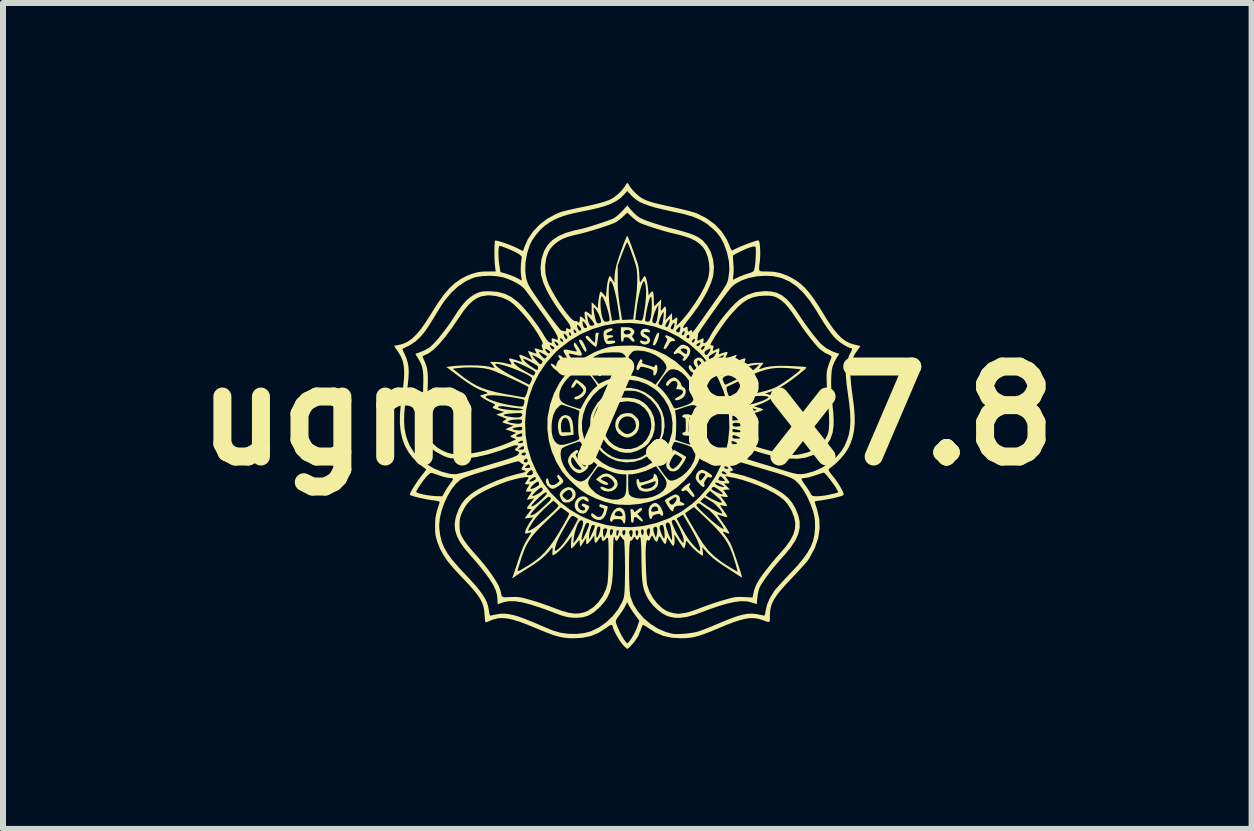
<source format=kicad_pcb>
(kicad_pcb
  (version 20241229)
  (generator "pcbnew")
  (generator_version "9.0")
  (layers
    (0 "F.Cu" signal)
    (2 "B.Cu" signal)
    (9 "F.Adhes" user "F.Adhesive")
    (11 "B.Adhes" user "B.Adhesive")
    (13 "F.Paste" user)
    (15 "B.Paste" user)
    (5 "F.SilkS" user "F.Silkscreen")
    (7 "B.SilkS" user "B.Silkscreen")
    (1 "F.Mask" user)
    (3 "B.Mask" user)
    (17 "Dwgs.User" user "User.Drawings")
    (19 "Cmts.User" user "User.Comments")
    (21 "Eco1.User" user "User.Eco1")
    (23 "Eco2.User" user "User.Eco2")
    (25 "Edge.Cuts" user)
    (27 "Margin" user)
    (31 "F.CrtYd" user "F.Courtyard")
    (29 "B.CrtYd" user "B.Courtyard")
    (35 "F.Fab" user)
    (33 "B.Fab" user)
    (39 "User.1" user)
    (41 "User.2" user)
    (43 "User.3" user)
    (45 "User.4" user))
  (footprint "ugm 7.8x7.8"
    (layer "F.Cu")
    (at 7.407 3.882)
    (property "Reference" "ugm 7.8x7.8" (at 0 0 0) (layer "F.SilkS") (effects (font (size 1.5 1.5) (thickness 0.3))))
    (attr board_only exclude_from_pos_files exclude_from_bom)
    (fp_poly (pts (xy -0.767 -1.266) (xy -0.744 -1.238) (xy -0.716 -1.187) (xy -0.688 -1.125) (xy -0.679 -1.086) (xy -0.69 -1.068) (xy -0.698 -1.067) (xy -0.711 -1.079) (xy -0.732 -1.111) (xy -0.758 -1.156) (xy -0.786 -1.208) (xy -0.801 -1.239) (xy -0.805 -1.256) (xy -0.798 -1.265) (xy -0.785 -1.27)) (stroke (width 0) (type solid)) (fill yes) (layer "F.SilkS"))
    (fp_poly (pts (xy 0.528 -1.378) (xy 0.53 -1.351) (xy 0.519 -1.302) (xy 0.504 -1.257) (xy 0.483 -1.21) (xy 0.462 -1.181) (xy 0.452 -1.176) (xy 0.43 -1.178) (xy 0.427 -1.184) (xy 0.432 -1.216) (xy 0.446 -1.261) (xy 0.465 -1.308) (xy 0.485 -1.351) (xy 0.503 -1.38) (xy 0.512 -1.387)) (stroke (width 0) (type solid)) (fill yes) (layer "F.SilkS"))
    (fp_poly (pts (xy 0.666 -1.34) (xy 0.705 -1.323) (xy 0.725 -1.314) (xy 0.773 -1.287) (xy 0.798 -1.264) (xy 0.797 -1.25) (xy 0.772 -1.245) (xy 0.759 -1.246) (xy 0.733 -1.243) (xy 0.711 -1.225) (xy 0.686 -1.185) (xy 0.684 -1.181) (xy 0.654 -1.133) (xy 0.629 -1.113) (xy 0.607 -1.12) (xy 0.606 -1.12) (xy 0.608 -1.137) (xy 0.622 -1.172) (xy 0.638 -1.205) (xy 0.66 -1.249) (xy 0.668 -1.274) (xy 0.663 -1.288) (xy 0.652 -1.296) (xy 0.634 -1.318) (xy 0.634 -1.333) (xy 0.644 -1.343)) (stroke (width 0) (type solid)) (fill yes) (layer "F.SilkS"))
    (fp_poly (pts (xy 1.052 1.126) (xy 1.043 1.152) (xy 1.039 1.159) (xy 1.03 1.18) (xy 1.035 1.202) (xy 1.056 1.233) (xy 1.075 1.257) (xy 1.103 1.296) (xy 1.119 1.327) (xy 1.12 1.34) (xy 1.108 1.353) (xy 1.092 1.35) (xy 1.068 1.328) (xy 1.034 1.291) (xy 1.001 1.255) (xy 0.98 1.24) (xy 0.963 1.241) (xy 0.955 1.247) (xy 0.927 1.259) (xy 0.905 1.25) (xy 0.899 1.234) (xy 0.91 1.218) (xy 0.938 1.19) (xy 0.968 1.164) (xy 1.012 1.133) (xy 1.041 1.12)) (stroke (width 0) (type solid)) (fill yes) (layer "F.SilkS"))
    (fp_poly (pts (xy -0.478 -1.38) (xy -0.477 -1.365) (xy -0.484 -1.339) (xy -0.491 -1.293) (xy -0.496 -1.25) (xy -0.504 -1.2) (xy -0.513 -1.163) (xy -0.52 -1.149) (xy -0.537 -1.155) (xy -0.569 -1.178) (xy -0.609 -1.214) (xy -0.621 -1.225) (xy -0.665 -1.268) (xy -0.688 -1.297) (xy -0.695 -1.316) (xy -0.688 -1.329) (xy -0.673 -1.336) (xy -0.654 -1.327) (xy -0.625 -1.299) (xy -0.612 -1.284) (xy -0.579 -1.248) (xy -0.554 -1.225) (xy -0.544 -1.219) (xy -0.538 -1.233) (xy -0.534 -1.268) (xy -0.533 -1.303) (xy -0.532 -1.351) (xy -0.526 -1.376) (xy -0.514 -1.386) (xy -0.501 -1.387)) (stroke (width 0) (type solid)) (fill yes) (layer "F.SilkS"))
    (fp_poly (pts (xy -0.444 1.473) (xy -0.411 1.482) (xy -0.39 1.489) (xy -0.324 1.511) (xy -0.338 1.572) (xy -0.364 1.656) (xy -0.401 1.71) (xy -0.447 1.736) (xy -0.504 1.733) (xy -0.551 1.714) (xy -0.586 1.686) (xy -0.604 1.655) (xy -0.598 1.628) (xy -0.597 1.627) (xy -0.577 1.627) (xy -0.547 1.649) (xy -0.543 1.652) (xy -0.498 1.684) (xy -0.457 1.686) (xy -0.423 1.66) (xy -0.397 1.606) (xy -0.39 1.582) (xy -0.388 1.553) (xy -0.402 1.538) (xy -0.428 1.531) (xy -0.461 1.518) (xy -0.466 1.5) (xy -0.466 1.498) (xy -0.458 1.476) (xy -0.457 1.471)) (stroke (width 0) (type solid)) (fill yes) (layer "F.SilkS"))
    (fp_poly (pts (xy -1.143 0.986) (xy -1.118 1.01) (xy -1.104 1.027) (xy -1.075 1.063) (xy -1.065 1.09) (xy -1.075 1.115) (xy -1.107 1.143) (xy -1.157 1.176) (xy -1.204 1.204) (xy -1.235 1.216) (xy -1.26 1.214) (xy -1.288 1.201) (xy -1.334 1.161) (xy -1.354 1.109) (xy -1.356 1.084) (xy -1.349 1.049) (xy -1.335 1.04) (xy -1.32 1.057) (xy -1.313 1.083) (xy -1.296 1.132) (xy -1.264 1.155) (xy -1.22 1.153) (xy -1.168 1.123) (xy -1.166 1.121) (xy -1.137 1.097) (xy -1.13 1.08) (xy -1.141 1.062) (xy -1.149 1.053) (xy -1.168 1.017) (xy -1.166 0.995) (xy -1.157 0.982)) (stroke (width 0) (type solid)) (fill yes) (layer "F.SilkS"))
    (fp_poly (pts (xy -1.104 -1) (xy -1.073 -0.971) (xy -1.043 -0.932) (xy -1.02 -0.888) (xy -1.007 -0.847) (xy -1.006 -0.834) (xy -1.018 -0.789) (xy -1.043 -0.754) (xy -1.072 -0.727) (xy -1.095 -0.719) (xy -1.125 -0.727) (xy -1.15 -0.738) (xy -1.19 -0.761) (xy -1.228 -0.793) (xy -1.258 -0.827) (xy -1.274 -0.856) (xy -1.273 -0.867) (xy -1.256 -0.869) (xy -1.221 -0.849) (xy -1.197 -0.831) (xy -1.147 -0.794) (xy -1.111 -0.779) (xy -1.083 -0.785) (xy -1.07 -0.795) (xy -1.053 -0.828) (xy -1.061 -0.868) (xy -1.096 -0.918) (xy -1.106 -0.929) (xy -1.135 -0.965) (xy -1.15 -0.994) (xy -1.151 -1.005) (xy -1.132 -1.013)) (stroke (width 0) (type solid)) (fill yes) (layer "F.SilkS"))
    (fp_poly (pts (xy 0.242 1.544) (xy 0.247 1.562) (xy 0.229 1.585) (xy 0.211 1.599) (xy 0.165 1.634) (xy 0.221 1.691) (xy 0.254 1.732) (xy 0.262 1.757) (xy 0.25 1.763) (xy 0.219 1.746) (xy 0.19 1.722) (xy 0.15 1.69) (xy 0.123 1.686) (xy 0.109 1.708) (xy 0.107 1.738) (xy 0.1 1.774) (xy 0.084 1.783) (xy 0.07 1.776) (xy 0.063 1.751) (xy 0.061 1.702) (xy 0.061 1.693) (xy 0.059 1.639) (xy 0.056 1.597) (xy 0.052 1.578) (xy 0.053 1.559) (xy 0.073 1.554) (xy 0.102 1.567) (xy 0.109 1.585) (xy 0.114 1.602) (xy 0.125 1.603) (xy 0.149 1.587) (xy 0.17 1.57) (xy 0.206 1.543) (xy 0.228 1.536)) (stroke (width 0) (type solid)) (fill yes) (layer "F.SilkS"))
    (fp_poly (pts (xy 0.346 -1.443) (xy 0.374 -1.424) (xy 0.381 -1.406) (xy 0.373 -1.393) (xy 0.344 -1.392) (xy 0.329 -1.395) (xy 0.286 -1.398) (xy 0.268 -1.387) (xy 0.279 -1.368) (xy 0.316 -1.345) (xy 0.36 -1.313) (xy 0.38 -1.274) (xy 0.377 -1.236) (xy 0.352 -1.205) (xy 0.306 -1.189) (xy 0.289 -1.188) (xy 0.248 -1.199) (xy 0.222 -1.217) (xy 0.209 -1.243) (xy 0.219 -1.256) (xy 0.248 -1.253) (xy 0.264 -1.246) (xy 0.297 -1.238) (xy 0.314 -1.24) (xy 0.334 -1.258) (xy 0.329 -1.279) (xy 0.303 -1.297) (xy 0.29 -1.3) (xy 0.247 -1.32) (xy 0.223 -1.354) (xy 0.22 -1.393) (xy 0.237 -1.428) (xy 0.268 -1.448) (xy 0.307 -1.453)) (stroke (width 0) (type solid)) (fill yes) (layer "F.SilkS"))
    (fp_poly (pts (xy -0.974 0.001) (xy -0.94 0.033) (xy -0.917 0.086) (xy -0.904 0.165) (xy -0.902 0.195) (xy -0.895 0.315) (xy -0.968 0.325) (xy -1.038 0.334) (xy -1.084 0.336) (xy -1.113 0.328) (xy -1.13 0.31) (xy -1.141 0.279) (xy -1.144 0.271) (xy -1.157 0.189) (xy -1.107 0.189) (xy -1.105 0.208) (xy -1.095 0.274) (xy -1.019 0.274) (xy -0.943 0.274) (xy -0.953 0.179) (xy -0.968 0.102) (xy -0.992 0.053) (xy -1.026 0.032) (xy -1.039 0.03) (xy -1.067 0.044) (xy -1.09 0.081) (xy -1.104 0.131) (xy -1.107 0.189) (xy -1.157 0.189) (xy -1.157 0.188) (xy -1.152 0.114) (xy -1.131 0.053) (xy -1.096 0.01) (xy -1.049 -0.011) (xy -1.023 -0.012)) (stroke (width 0) (type solid)) (fill yes) (layer "F.SilkS"))
    (fp_poly (pts (xy -0.838 -0.599) (xy -0.804 -0.578) (xy -0.764 -0.549) (xy -0.721 -0.512) (xy -0.697 -0.484) (xy -0.687 -0.457) (xy -0.686 -0.432) (xy -0.692 -0.39) (xy -0.714 -0.353) (xy -0.74 -0.326) (xy -0.782 -0.295) (xy -0.823 -0.277) (xy -0.859 -0.273) (xy -0.88 -0.284) (xy -0.884 -0.297) (xy -0.871 -0.316) (xy -0.854 -0.32) (xy -0.821 -0.331) (xy -0.783 -0.356) (xy -0.75 -0.389) (xy -0.732 -0.42) (xy -0.731 -0.426) (xy -0.742 -0.452) (xy -0.77 -0.486) (xy -0.787 -0.503) (xy -0.842 -0.551) (xy -0.872 -0.505) (xy -0.899 -0.473) (xy -0.923 -0.467) (xy -0.934 -0.477) (xy -0.931 -0.497) (xy -0.911 -0.534) (xy -0.909 -0.538) (xy -0.884 -0.576) (xy -0.864 -0.601) (xy -0.857 -0.606)) (stroke (width 0) (type solid)) (fill yes) (layer "F.SilkS"))
    (fp_poly (pts (xy -0.925 1.201) (xy -0.883 1.235) (xy -0.862 1.283) (xy -0.864 1.337) (xy -0.877 1.369) (xy -0.921 1.417) (xy -0.978 1.443) (xy -1.04 1.444) (xy -1.063 1.437) (xy -1.086 1.416) (xy -1.109 1.377) (xy -1.124 1.334) (xy -1.125 1.325) (xy -1.082 1.325) (xy -1.071 1.349) (xy -1.044 1.377) (xy -1.015 1.398) (xy -1.001 1.402) (xy -0.975 1.394) (xy -0.948 1.378) (xy -0.921 1.345) (xy -0.914 1.305) (xy -0.925 1.267) (xy -0.951 1.24) (xy -0.979 1.234) (xy -1.008 1.245) (xy -1.041 1.269) (xy -1.07 1.299) (xy -1.082 1.325) (xy -1.082 1.325) (xy -1.125 1.325) (xy -1.128 1.31) (xy -1.114 1.271) (xy -1.08 1.233) (xy -1.035 1.203) (xy -0.988 1.189) (xy -0.981 1.188)) (stroke (width 0) (type solid)) (fill yes) (layer "F.SilkS"))
    (fp_poly (pts (xy 1.216 -0.969) (xy 1.257 -0.943) (xy 1.281 -0.904) (xy 1.29 -0.865) (xy 1.282 -0.849) (xy 1.259 -0.858) (xy 1.233 -0.885) (xy 1.204 -0.917) (xy 1.184 -0.925) (xy 1.172 -0.918) (xy 1.162 -0.9) (xy 1.169 -0.871) (xy 1.18 -0.849) (xy 1.197 -0.809) (xy 1.202 -0.774) (xy 1.202 -0.771) (xy 1.181 -0.734) (xy 1.142 -0.715) (xy 1.096 -0.718) (xy 1.096 -0.718) (xy 1.058 -0.743) (xy 1.031 -0.78) (xy 1.024 -0.819) (xy 1.026 -0.83) (xy 1.042 -0.847) (xy 1.061 -0.836) (xy 1.081 -0.802) (xy 1.082 -0.798) (xy 1.103 -0.77) (xy 1.13 -0.763) (xy 1.151 -0.778) (xy 1.15 -0.801) (xy 1.138 -0.82) (xy 1.108 -0.869) (xy 1.107 -0.914) (xy 1.127 -0.944) (xy 1.171 -0.97)) (stroke (width 0) (type solid)) (fill yes) (layer "F.SilkS"))
    (fp_poly (pts (xy -0.86 -1.206) (xy -0.836 -1.174) (xy -0.807 -1.128) (xy -0.801 -1.118) (xy -0.769 -1.061) (xy -0.757 -1.024) (xy -0.767 -1.006) (xy -0.8 -1.003) (xy -0.859 -1.015) (xy -0.885 -1.021) (xy -0.941 -1.035) (xy -0.97 -1.038) (xy -0.976 -1.028) (xy -0.962 -1.002) (xy -0.941 -0.971) (xy -0.923 -0.934) (xy -0.925 -0.908) (xy -0.944 -0.899) (xy -0.957 -0.911) (xy -0.982 -0.942) (xy -1.013 -0.986) (xy -1.018 -0.994) (xy -1.052 -1.049) (xy -1.065 -1.085) (xy -1.054 -1.102) (xy -1.019 -1.105) (xy -0.958 -1.094) (xy -0.943 -1.09) (xy -0.893 -1.08) (xy -0.856 -1.074) (xy -0.841 -1.074) (xy -0.845 -1.089) (xy -0.862 -1.118) (xy -0.868 -1.127) (xy -0.888 -1.166) (xy -0.893 -1.198) (xy -0.882 -1.217) (xy -0.873 -1.219)) (stroke (width 0) (type solid)) (fill yes) (layer "F.SilkS"))
    (fp_poly (pts (xy -0.254 -1.459) (xy -0.244 -1.44) (xy -0.257 -1.421) (xy -0.29 -1.406) (xy -0.293 -1.405) (xy -0.328 -1.389) (xy -0.347 -1.369) (xy -0.348 -1.367) (xy -0.345 -1.35) (xy -0.324 -1.344) (xy -0.296 -1.345) (xy -0.253 -1.342) (xy -0.234 -1.331) (xy -0.24 -1.316) (xy -0.275 -1.303) (xy -0.281 -1.302) (xy -0.321 -1.288) (xy -0.335 -1.269) (xy -0.335 -1.269) (xy -0.329 -1.254) (xy -0.304 -1.251) (xy -0.274 -1.254) (xy -0.23 -1.255) (xy -0.204 -1.246) (xy -0.2 -1.229) (xy -0.208 -1.219) (xy -0.235 -1.207) (xy -0.277 -1.198) (xy -0.318 -1.195) (xy -0.346 -1.2) (xy -0.346 -1.2) (xy -0.369 -1.23) (xy -0.387 -1.28) (xy -0.396 -1.34) (xy -0.396 -1.358) (xy -0.393 -1.399) (xy -0.379 -1.422) (xy -0.346 -1.44) (xy -0.343 -1.441) (xy -0.287 -1.459)) (stroke (width 0) (type solid)) (fill yes) (layer "F.SilkS"))
    (fp_poly (pts (xy -0.116 1.532) (xy -0.073 1.553) (xy -0.046 1.592) (xy -0.032 1.654) (xy -0.03 1.702) (xy -0.034 1.76) (xy -0.042 1.791) (xy -0.055 1.796) (xy -0.071 1.772) (xy -0.076 1.76) (xy -0.089 1.737) (xy -0.109 1.726) (xy -0.148 1.722) (xy -0.167 1.722) (xy -0.215 1.724) (xy -0.239 1.733) (xy -0.244 1.745) (xy -0.256 1.765) (xy -0.267 1.767) (xy -0.285 1.755) (xy -0.287 1.721) (xy -0.274 1.67) (xy -0.264 1.644) (xy -0.211 1.644) (xy -0.207 1.658) (xy -0.187 1.666) (xy -0.142 1.673) (xy -0.103 1.673) (xy -0.079 1.665) (xy -0.076 1.66) (xy -0.088 1.62) (xy -0.118 1.592) (xy -0.145 1.585) (xy -0.181 1.596) (xy -0.198 1.614) (xy -0.211 1.644) (xy -0.264 1.644) (xy -0.26 1.635) (xy -0.222 1.574) (xy -0.176 1.538) (xy -0.126 1.53)) (stroke (width 0) (type solid)) (fill yes) (layer "F.SilkS"))
    (fp_poly (pts (xy 0.035 -1.474) (xy 0.072 -1.462) (xy 0.091 -1.448) (xy 0.118 -1.413) (xy 0.116 -1.381) (xy 0.097 -1.353) (xy 0.08 -1.33) (xy 0.085 -1.311) (xy 0.097 -1.298) (xy 0.116 -1.269) (xy 0.122 -1.252) (xy 0.113 -1.235) (xy 0.091 -1.238) (xy 0.065 -1.258) (xy 0.055 -1.272) (xy 0.02 -1.304) (xy -0.016 -1.31) (xy -0.048 -1.306) (xy -0.06 -1.289) (xy -0.061 -1.272) (xy -0.069 -1.242) (xy -0.084 -1.234) (xy -0.096 -1.24) (xy -0.103 -1.261) (xy -0.106 -1.302) (xy -0.107 -1.356) (xy -0.107 -1.402) (xy -0.059 -1.402) (xy -0.055 -1.378) (xy -0.034 -1.361) (xy 0.001 -1.357) (xy 0.038 -1.367) (xy 0.044 -1.37) (xy 0.06 -1.392) (xy 0.051 -1.414) (xy 0.024 -1.429) (xy 0.001 -1.432) (xy -0.041 -1.424) (xy -0.059 -1.402) (xy -0.107 -1.402) (xy -0.107 -1.478) (xy -0.023 -1.478)) (stroke (width 0) (type solid)) (fill yes) (layer "F.SilkS"))
    (fp_poly (pts (xy 0.249 -0.933) (xy 0.253 -0.909) (xy 0.245 -0.894) (xy 0.243 -0.882) (xy 0.265 -0.869) (xy 0.313 -0.853) (xy 0.316 -0.852) (xy 0.368 -0.837) (xy 0.411 -0.823) (xy 0.43 -0.816) (xy 0.452 -0.813) (xy 0.457 -0.829) (xy 0.469 -0.85) (xy 0.48 -0.853) (xy 0.496 -0.84) (xy 0.503 -0.807) (xy 0.501 -0.763) (xy 0.489 -0.718) (xy 0.485 -0.709) (xy 0.466 -0.677) (xy 0.448 -0.672) (xy 0.437 -0.68) (xy 0.433 -0.701) (xy 0.436 -0.724) (xy 0.436 -0.748) (xy 0.419 -0.765) (xy 0.386 -0.781) (xy 0.332 -0.799) (xy 0.277 -0.813) (xy 0.272 -0.814) (xy 0.233 -0.818) (xy 0.214 -0.81) (xy 0.206 -0.793) (xy 0.189 -0.768) (xy 0.168 -0.763) (xy 0.154 -0.777) (xy 0.153 -0.789) (xy 0.159 -0.82) (xy 0.174 -0.861) (xy 0.194 -0.902) (xy 0.213 -0.933) (xy 0.227 -0.945)) (stroke (width 0) (type solid)) (fill yes) (layer "F.SilkS"))
    (fp_poly (pts (xy 0.947 -1.183) (xy 1.007 -1.16) (xy 1.042 -1.122) (xy 1.051 -1.073) (xy 1.033 -1.015) (xy 0.989 -0.952) (xy 0.986 -0.949) (xy 0.955 -0.92) (xy 0.934 -0.917) (xy 0.922 -0.928) (xy 0.924 -0.948) (xy 0.929 -0.952) (xy 0.944 -0.97) (xy 0.933 -0.993) (xy 0.897 -1.022) (xy 0.862 -1.043) (xy 0.838 -1.046) (xy 0.819 -1.037) (xy 0.787 -1.027) (xy 0.774 -1.033) (xy 0.775 -1.053) (xy 0.8 -1.089) (xy 0.814 -1.105) (xy 0.889 -1.105) (xy 0.897 -1.087) (xy 0.924 -1.062) (xy 0.934 -1.055) (xy 0.966 -1.034) (xy 0.982 -1.029) (xy 0.992 -1.042) (xy 0.996 -1.051) (xy 1 -1.088) (xy 0.99 -1.105) (xy 0.964 -1.12) (xy 0.929 -1.124) (xy 0.899 -1.116) (xy 0.889 -1.105) (xy 0.814 -1.105) (xy 0.828 -1.12) (xy 0.868 -1.159) (xy 0.896 -1.18) (xy 0.92 -1.186)) (stroke (width 0) (type solid)) (fill yes) (layer "F.SilkS"))
    (fp_poly (pts (xy -0.693 1.35) (xy -0.665 1.369) (xy -0.642 1.404) (xy -0.644 1.426) (xy -0.664 1.431) (xy -0.698 1.412) (xy -0.705 1.406) (xy -0.728 1.389) (xy -0.751 1.391) (xy -0.774 1.403) (xy -0.809 1.436) (xy -0.823 1.481) (xy -0.816 1.526) (xy -0.787 1.562) (xy -0.786 1.563) (xy -0.747 1.579) (xy -0.716 1.575) (xy -0.701 1.553) (xy -0.701 1.548) (xy -0.714 1.526) (xy -0.731 1.516) (xy -0.755 1.5) (xy -0.761 1.479) (xy -0.748 1.464) (xy -0.738 1.463) (xy -0.709 1.469) (xy -0.67 1.486) (xy -0.67 1.486) (xy -0.64 1.503) (xy -0.633 1.519) (xy -0.644 1.547) (xy -0.65 1.558) (xy -0.685 1.609) (xy -0.726 1.63) (xy -0.777 1.624) (xy -0.808 1.611) (xy -0.852 1.574) (xy -0.874 1.525) (xy -0.876 1.472) (xy -0.86 1.42) (xy -0.826 1.376) (xy -0.778 1.348) (xy -0.734 1.341)) (stroke (width 0) (type solid)) (fill yes) (layer "F.SilkS"))
    (fp_poly (pts (xy 0.815 -0.628) (xy 0.85 -0.599) (xy 0.881 -0.563) (xy 0.898 -0.528) (xy 0.899 -0.52) (xy 0.912 -0.491) (xy 0.929 -0.48) (xy 0.962 -0.456) (xy 0.975 -0.417) (xy 0.971 -0.371) (xy 0.949 -0.326) (xy 0.916 -0.294) (xy 0.874 -0.272) (xy 0.834 -0.26) (xy 0.804 -0.261) (xy 0.792 -0.274) (xy 0.805 -0.29) (xy 0.836 -0.31) (xy 0.848 -0.316) (xy 0.898 -0.348) (xy 0.925 -0.381) (xy 0.929 -0.411) (xy 0.909 -0.433) (xy 0.865 -0.442) (xy 0.861 -0.442) (xy 0.826 -0.444) (xy 0.815 -0.452) (xy 0.822 -0.471) (xy 0.837 -0.518) (xy 0.83 -0.557) (xy 0.811 -0.577) (xy 0.771 -0.583) (xy 0.729 -0.564) (xy 0.698 -0.527) (xy 0.678 -0.501) (xy 0.657 -0.502) (xy 0.656 -0.502) (xy 0.644 -0.523) (xy 0.654 -0.553) (xy 0.68 -0.586) (xy 0.715 -0.615) (xy 0.755 -0.635) (xy 0.784 -0.64)) (stroke (width 0) (type solid)) (fill yes) (layer "F.SilkS"))
    (fp_poly (pts (xy 0.493 1.459) (xy 0.515 1.474) (xy 0.544 1.504) (xy 0.57 1.547) (xy 0.59 1.593) (xy 0.599 1.633) (xy 0.595 1.66) (xy 0.591 1.663) (xy 0.566 1.663) (xy 0.553 1.65) (xy 0.536 1.636) (xy 0.513 1.634) (xy 0.473 1.644) (xy 0.472 1.644) (xy 0.429 1.662) (xy 0.414 1.682) (xy 0.415 1.687) (xy 0.409 1.71) (xy 0.391 1.719) (xy 0.375 1.71) (xy 0.368 1.687) (xy 0.359 1.647) (xy 0.357 1.633) (xy 0.356 1.576) (xy 0.397 1.576) (xy 0.404 1.595) (xy 0.436 1.597) (xy 0.451 1.595) (xy 0.489 1.587) (xy 0.512 1.58) (xy 0.514 1.579) (xy 0.515 1.56) (xy 0.511 1.54) (xy 0.49 1.515) (xy 0.457 1.509) (xy 0.425 1.522) (xy 0.412 1.538) (xy 0.397 1.576) (xy 0.356 1.576) (xy 0.356 1.561) (xy 0.378 1.504) (xy 0.42 1.466) (xy 0.429 1.462) (xy 0.465 1.451)) (stroke (width 0) (type solid)) (fill yes) (layer "F.SilkS"))
    (fp_poly (pts (xy 1.275 0.907) (xy 1.316 0.926) (xy 1.359 0.952) (xy 1.395 0.978) (xy 1.415 1) (xy 1.417 1.005) (xy 1.406 1.026) (xy 1.38 1.03) (xy 1.365 1.022) (xy 1.348 1.018) (xy 1.328 1.034) (xy 1.306 1.065) (xy 1.282 1.108) (xy 1.279 1.135) (xy 1.283 1.139) (xy 1.29 1.162) (xy 1.28 1.184) (xy 1.267 1.188) (xy 1.251 1.178) (xy 1.221 1.153) (xy 1.197 1.128) (xy 1.159 1.084) (xy 1.142 1.046) (xy 1.139 1.02) (xy 1.144 1.002) (xy 1.193 1.002) (xy 1.195 1.048) (xy 1.196 1.051) (xy 1.209 1.076) (xy 1.226 1.077) (xy 1.251 1.053) (xy 1.271 1.029) (xy 1.295 0.996) (xy 1.301 0.978) (xy 1.292 0.967) (xy 1.281 0.961) (xy 1.241 0.952) (xy 1.21 0.968) (xy 1.193 1.002) (xy 1.144 1.002) (xy 1.152 0.97) (xy 1.183 0.928) (xy 1.224 0.903) (xy 1.246 0.899)) (stroke (width 0) (type solid)) (fill yes) (layer "F.SilkS"))
    (fp_poly (pts (xy 0.872 0.619) (xy 0.921 0.647) (xy 0.959 0.67) (xy 0.979 0.684) (xy 0.979 0.684) (xy 0.978 0.702) (xy 0.962 0.736) (xy 0.936 0.78) (xy 0.904 0.826) (xy 0.872 0.868) (xy 0.844 0.898) (xy 0.836 0.905) (xy 0.781 0.927) (xy 0.725 0.922) (xy 0.691 0.902) (xy 0.658 0.864) (xy 0.648 0.817) (xy 0.649 0.812) (xy 0.701 0.812) (xy 0.713 0.851) (xy 0.743 0.878) (xy 0.764 0.883) (xy 0.782 0.875) (xy 0.812 0.852) (xy 0.822 0.844) (xy 0.855 0.81) (xy 0.886 0.769) (xy 0.908 0.731) (xy 0.914 0.711) (xy 0.902 0.698) (xy 0.874 0.679) (xy 0.84 0.658) (xy 0.81 0.644) (xy 0.798 0.64) (xy 0.78 0.653) (xy 0.756 0.685) (xy 0.732 0.727) (xy 0.712 0.77) (xy 0.701 0.806) (xy 0.701 0.812) (xy 0.649 0.812) (xy 0.66 0.759) (xy 0.696 0.687) (xy 0.731 0.633) (xy 0.777 0.566)) (stroke (width 0) (type solid)) (fill yes) (layer "F.SilkS"))
    (fp_poly (pts (xy -0.279 0.981) (xy -0.216 1.027) (xy -0.173 1.08) (xy -0.16 1.136) (xy -0.169 1.177) (xy -0.204 1.223) (xy -0.257 1.253) (xy -0.32 1.263) (xy -0.385 1.252) (xy -0.389 1.25) (xy -0.424 1.229) (xy -0.439 1.214) (xy -0.45 1.191) (xy -0.438 1.181) (xy -0.408 1.185) (xy -0.382 1.195) (xy -0.342 1.212) (xy -0.309 1.219) (xy -0.309 1.219) (xy -0.267 1.208) (xy -0.232 1.18) (xy -0.214 1.144) (xy -0.213 1.137) (xy -0.226 1.102) (xy -0.256 1.063) (xy -0.297 1.03) (xy -0.33 1.014) (xy -0.361 1.013) (xy -0.399 1.022) (xy -0.429 1.036) (xy -0.442 1.052) (xy -0.429 1.064) (xy -0.397 1.082) (xy -0.374 1.092) (xy -0.332 1.114) (xy -0.317 1.132) (xy -0.319 1.141) (xy -0.342 1.152) (xy -0.381 1.146) (xy -0.429 1.125) (xy -0.478 1.093) (xy -0.478 1.093) (xy -0.522 1.058) (xy -0.466 1.009) (xy -0.405 0.97) (xy -0.343 0.96)) (stroke (width 0) (type solid)) (fill yes) (layer "F.SilkS"))
    (fp_poly (pts (xy 0.054 -0.043) (xy 0.088 -0.03) (xy 0.123 -0.002) (xy 0.139 0.013) (xy 0.174 0.052) (xy 0.192 0.085) (xy 0.198 0.125) (xy 0.198 0.145) (xy 0.186 0.226) (xy 0.149 0.29) (xy 0.09 0.335) (xy 0.076 0.341) (xy 0.028 0.359) (xy -0.006 0.363) (xy -0.041 0.355) (xy -0.087 0.336) (xy -0.146 0.294) (xy -0.184 0.237) (xy -0.199 0.178) (xy -0.15 0.178) (xy -0.141 0.207) (xy -0.114 0.239) (xy -0.102 0.251) (xy -0.047 0.293) (xy 0.006 0.305) (xy 0.06 0.287) (xy 0.095 0.261) (xy 0.128 0.224) (xy 0.142 0.187) (xy 0.144 0.154) (xy 0.132 0.091) (xy 0.102 0.046) (xy 0.058 0.018) (xy 0.006 0.008) (xy -0.046 0.016) (xy -0.093 0.042) (xy -0.129 0.087) (xy -0.147 0.141) (xy -0.15 0.178) (xy -0.199 0.178) (xy -0.201 0.171) (xy -0.196 0.103) (xy -0.17 0.04) (xy -0.12 -0.011) (xy -0.106 -0.021) (xy -0.064 -0.036) (xy -0.011 -0.045) (xy 0.008 -0.046)) (stroke (width 0) (type solid)) (fill yes) (layer "F.SilkS"))
    (fp_poly (pts (xy 0.845 1.323) (xy 0.872 1.353) (xy 0.878 1.392) (xy 0.877 1.395) (xy 0.877 1.421) (xy 0.897 1.438) (xy 0.914 1.445) (xy 0.948 1.463) (xy 0.953 1.48) (xy 0.934 1.492) (xy 0.893 1.497) (xy 0.879 1.496) (xy 0.821 1.501) (xy 0.784 1.524) (xy 0.77 1.565) (xy 0.77 1.566) (xy 0.763 1.591) (xy 0.745 1.59) (xy 0.717 1.563) (xy 0.682 1.512) (xy 0.68 1.51) (xy 0.653 1.465) (xy 0.634 1.432) (xy 0.696 1.432) (xy 0.704 1.452) (xy 0.709 1.459) (xy 0.737 1.482) (xy 0.767 1.475) (xy 0.799 1.439) (xy 0.818 1.401) (xy 0.822 1.37) (xy 0.809 1.356) (xy 0.807 1.356) (xy 0.785 1.364) (xy 0.75 1.384) (xy 0.739 1.391) (xy 0.707 1.415) (xy 0.696 1.432) (xy 0.634 1.432) (xy 0.633 1.43) (xy 0.625 1.413) (xy 0.625 1.413) (xy 0.637 1.398) (xy 0.668 1.376) (xy 0.71 1.351) (xy 0.753 1.329) (xy 0.788 1.314) (xy 0.804 1.31)) (stroke (width 0) (type solid)) (fill yes) (layer "F.SilkS"))
    (fp_poly (pts (xy 1.078 -0.005) (xy 1.125 0.038) (xy 1.156 0.095) (xy 1.166 0.163) (xy 1.158 0.212) (xy 1.128 0.276) (xy 1.079 0.317) (xy 1.014 0.333) (xy 0.941 0.325) (xy 0.918 0.309) (xy 0.917 0.288) (xy 0.937 0.275) (xy 0.945 0.274) (xy 0.96 0.272) (xy 0.969 0.26) (xy 0.974 0.233) (xy 0.974 0.223) (xy 1.023 0.223) (xy 1.024 0.26) (xy 1.029 0.278) (xy 1.038 0.28) (xy 1.051 0.274) (xy 1.083 0.248) (xy 1.097 0.229) (xy 1.111 0.177) (xy 1.108 0.119) (xy 1.087 0.071) (xy 1.081 0.064) (xy 1.055 0.04) (xy 1.038 0.03) (xy 1.033 0.045) (xy 1.028 0.082) (xy 1.025 0.136) (xy 1.024 0.16) (xy 1.023 0.223) (xy 0.974 0.223) (xy 0.975 0.185) (xy 0.975 0.152) (xy 0.975 0.092) (xy 0.972 0.055) (xy 0.965 0.037) (xy 0.953 0.031) (xy 0.945 0.03) (xy 0.92 0.022) (xy 0.916 0.003) (xy 0.933 -0.016) (xy 0.952 -0.024) (xy 1.019 -0.027)) (stroke (width 0) (type solid)) (fill yes) (layer "F.SilkS"))
    (fp_poly (pts (xy -0.24 -0.949) (xy -0.199 -0.923) (xy -0.176 -0.888) (xy -0.161 -0.845) (xy -0.153 -0.801) (xy -0.155 -0.766) (xy -0.168 -0.747) (xy -0.173 -0.747) (xy -0.193 -0.759) (xy -0.198 -0.787) (xy -0.201 -0.813) (xy -0.216 -0.822) (xy -0.249 -0.818) (xy -0.293 -0.807) (xy -0.349 -0.789) (xy -0.38 -0.776) (xy -0.426 -0.753) (xy -0.448 -0.735) (xy -0.449 -0.718) (xy -0.438 -0.683) (xy -0.442 -0.666) (xy -0.452 -0.66) (xy -0.473 -0.666) (xy -0.493 -0.689) (xy -0.521 -0.747) (xy -0.525 -0.8) (xy -0.521 -0.814) (xy -0.472 -0.814) (xy -0.469 -0.799) (xy -0.449 -0.8) (xy -0.446 -0.801) (xy -0.418 -0.812) (xy -0.371 -0.828) (xy -0.324 -0.844) (xy -0.267 -0.865) (xy -0.237 -0.881) (xy -0.233 -0.893) (xy -0.253 -0.904) (xy -0.26 -0.907) (xy -0.314 -0.911) (xy -0.375 -0.898) (xy -0.429 -0.869) (xy -0.433 -0.867) (xy -0.46 -0.839) (xy -0.472 -0.814) (xy -0.521 -0.814) (xy -0.512 -0.845) (xy -0.478 -0.893) (xy -0.425 -0.93) (xy -0.363 -0.952) (xy -0.298 -0.96)) (stroke (width 0) (type solid)) (fill yes) (layer "F.SilkS"))
    (fp_poly (pts (xy -0.822 0.58) (xy -0.82 0.605) (xy -0.839 0.625) (xy -0.856 0.64) (xy -0.859 0.654) (xy -0.849 0.678) (xy -0.825 0.716) (xy -0.792 0.764) (xy -0.757 0.806) (xy -0.743 0.82) (xy -0.716 0.843) (xy -0.701 0.846) (xy -0.689 0.829) (xy -0.688 0.828) (xy -0.671 0.81) (xy -0.655 0.817) (xy -0.648 0.842) (xy -0.664 0.875) (xy -0.696 0.909) (xy -0.738 0.936) (xy -0.779 0.953) (xy -0.807 0.957) (xy -0.837 0.948) (xy -0.865 0.935) (xy -0.907 0.903) (xy -0.946 0.855) (xy -0.976 0.801) (xy -0.99 0.753) (xy -0.99 0.748) (xy -0.984 0.724) (xy -0.936 0.724) (xy -0.934 0.772) (xy -0.912 0.824) (xy -0.874 0.868) (xy -0.865 0.875) (xy -0.832 0.891) (xy -0.797 0.899) (xy -0.77 0.896) (xy -0.762 0.886) (xy -0.772 0.867) (xy -0.794 0.844) (xy -0.821 0.813) (xy -0.852 0.769) (xy -0.864 0.75) (xy -0.893 0.706) (xy -0.913 0.689) (xy -0.926 0.697) (xy -0.936 0.724) (xy -0.984 0.724) (xy -0.977 0.693) (xy -0.939 0.638) (xy -0.889 0.595) (xy -0.854 0.573) (xy -0.834 0.569)) (stroke (width 0) (type solid)) (fill yes) (layer "F.SilkS"))
    (fp_poly (pts (xy 0.48 0.983) (xy 0.494 1.004) (xy 0.515 1.068) (xy 0.514 1.133) (xy 0.493 1.187) (xy 0.493 1.187) (xy 0.45 1.226) (xy 0.391 1.253) (xy 0.326 1.264) (xy 0.263 1.26) (xy 0.212 1.239) (xy 0.199 1.228) (xy 0.176 1.193) (xy 0.171 1.178) (xy 0.223 1.178) (xy 0.235 1.193) (xy 0.237 1.195) (xy 0.275 1.214) (xy 0.327 1.216) (xy 0.382 1.204) (xy 0.429 1.178) (xy 0.435 1.172) (xy 0.461 1.14) (xy 0.472 1.111) (xy 0.472 1.11) (xy 0.469 1.092) (xy 0.452 1.092) (xy 0.43 1.1) (xy 0.393 1.113) (xy 0.339 1.13) (xy 0.299 1.142) (xy 0.251 1.157) (xy 0.227 1.167) (xy 0.223 1.178) (xy 0.171 1.178) (xy 0.161 1.149) (xy 0.153 1.106) (xy 0.155 1.07) (xy 0.168 1.052) (xy 0.173 1.051) (xy 0.194 1.064) (xy 0.198 1.084) (xy 0.201 1.104) (xy 0.217 1.11) (xy 0.253 1.106) (xy 0.255 1.105) (xy 0.307 1.092) (xy 0.364 1.072) (xy 0.377 1.066) (xy 0.418 1.045) (xy 0.436 1.024) (xy 0.438 1.004) (xy 0.442 0.973) (xy 0.458 0.966)) (stroke (width 0) (type solid)) (fill yes) (layer "F.SilkS"))
    (fp_poly (pts (xy 0.017 -0.302) (xy 0.021 -0.302) (xy 0.119 -0.29) (xy 0.198 -0.266) (xy 0.268 -0.224) (xy 0.326 -0.173) (xy 0.396 -0.083) (xy 0.441 0.019) (xy 0.46 0.127) (xy 0.453 0.238) (xy 0.42 0.346) (xy 0.361 0.447) (xy 0.344 0.468) (xy 0.295 0.511) (xy 0.227 0.553) (xy 0.149 0.588) (xy 0.072 0.611) (xy 0.038 0.616) (xy -0.036 0.616) (xy -0.113 0.603) (xy -0.119 0.602) (xy -0.23 0.556) (xy -0.322 0.487) (xy -0.394 0.396) (xy -0.443 0.286) (xy -0.451 0.259) (xy -0.463 0.155) (xy -0.406 0.155) (xy -0.396 0.236) (xy -0.361 0.336) (xy -0.303 0.42) (xy -0.227 0.486) (xy -0.137 0.532) (xy -0.039 0.554) (xy 0.064 0.552) (xy 0.159 0.525) (xy 0.247 0.473) (xy 0.319 0.398) (xy 0.37 0.308) (xy 0.397 0.207) (xy 0.401 0.16) (xy 0.388 0.051) (xy 0.349 -0.047) (xy 0.288 -0.128) (xy 0.208 -0.19) (xy 0.112 -0.229) (xy 0.003 -0.243) (xy 0.001 -0.243) (xy -0.113 -0.23) (xy -0.21 -0.191) (xy -0.291 -0.127) (xy -0.353 -0.039) (xy -0.357 -0.03) (xy -0.394 0.064) (xy -0.406 0.155) (xy -0.463 0.155) (xy -0.464 0.148) (xy -0.45 0.039) (xy -0.409 -0.063) (xy -0.345 -0.154) (xy -0.26 -0.229) (xy -0.186 -0.27) (xy -0.139 -0.29) (xy -0.097 -0.301) (xy -0.049 -0.304)) (stroke (width 0) (type solid)) (fill yes) (layer "F.SilkS"))
    (fp_poly (pts (xy 0.174 -0.442) (xy 0.293 -0.393) (xy 0.404 -0.316) (xy 0.426 -0.296) (xy 0.515 -0.194) (xy 0.577 -0.08) (xy 0.613 0.042) (xy 0.622 0.168) (xy 0.605 0.294) (xy 0.561 0.416) (xy 0.49 0.53) (xy 0.454 0.571) (xy 0.351 0.664) (xy 0.235 0.729) (xy 0.11 0.767) (xy -0.02 0.776) (xy -0.154 0.756) (xy -0.2 0.742) (xy -0.319 0.686) (xy -0.425 0.606) (xy -0.512 0.508) (xy -0.576 0.395) (xy -0.582 0.381) (xy -0.6 0.325) (xy -0.611 0.265) (xy -0.616 0.189) (xy -0.616 0.152) (xy -0.616 0.116) (xy -0.576 0.116) (xy -0.57 0.253) (xy -0.537 0.378) (xy -0.477 0.489) (xy -0.391 0.585) (xy -0.335 0.629) (xy -0.257 0.677) (xy -0.182 0.708) (xy -0.1 0.724) (xy -0.002 0.727) (xy 0.024 0.727) (xy 0.099 0.723) (xy 0.154 0.715) (xy 0.203 0.701) (xy 0.249 0.68) (xy 0.348 0.617) (xy 0.437 0.533) (xy 0.509 0.436) (xy 0.528 0.401) (xy 0.548 0.356) (xy 0.561 0.316) (xy 0.568 0.272) (xy 0.571 0.214) (xy 0.571 0.16) (xy 0.57 0.085) (xy 0.566 0.031) (xy 0.557 -0.012) (xy 0.542 -0.055) (xy 0.529 -0.084) (xy 0.468 -0.184) (xy 0.386 -0.274) (xy 0.291 -0.347) (xy 0.238 -0.376) (xy 0.188 -0.397) (xy 0.144 -0.41) (xy 0.095 -0.417) (xy 0.03 -0.419) (xy -0.000001 -0.419) (xy -0.072 -0.418) (xy -0.125 -0.414) (xy -0.168 -0.404) (xy -0.213 -0.386) (xy -0.244 -0.372) (xy -0.359 -0.302) (xy -0.451 -0.212) (xy -0.519 -0.106) (xy -0.562 0.015) (xy -0.576 0.116) (xy -0.616 0.116) (xy -0.616 0.081) (xy -0.612 0.029) (xy -0.602 -0.014) (xy -0.585 -0.059) (xy -0.569 -0.095) (xy -0.497 -0.214) (xy -0.408 -0.311) (xy -0.305 -0.385) (xy -0.192 -0.436) (xy -0.072 -0.463) (xy 0.052 -0.466)) (stroke (width 0) (type solid)) (fill yes) (layer "F.SilkS"))
    (fp_poly (pts (xy 0.152 -1.168) (xy 0.227 -1.161) (xy 0.269 -1.153) (xy 0.459 -1.098) (xy 0.636 -1.016) (xy 0.798 -0.911) (xy 0.942 -0.785) (xy 1.067 -0.641) (xy 1.17 -0.479) (xy 1.249 -0.304) (xy 1.303 -0.116) (xy 1.324 0.019) (xy 1.328 0.213) (xy 1.305 0.408) (xy 1.254 0.598) (xy 1.177 0.778) (xy 1.153 0.822) (xy 1.064 0.955) (xy 0.95 1.083) (xy 0.818 1.2) (xy 0.676 1.3) (xy 0.542 1.372) (xy 0.383 1.43) (xy 0.21 1.468) (xy 0.031 1.485) (xy -0.144 1.48) (xy -0.215 1.471) (xy -0.371 1.434) (xy -0.53 1.377) (xy -0.678 1.303) (xy -0.684 1.299) (xy -0.763 1.246) (xy -0.851 1.174) (xy -0.898 1.131) (xy -0.652 1.131) (xy -0.637 1.172) (xy -0.602 1.217) (xy -0.6 1.219) (xy -0.527 1.287) (xy -0.444 1.337) (xy -0.353 1.373) (xy -0.25 1.397) (xy -0.163 1.397) (xy -0.1 1.378) (xy -0.065 1.356) (xy -0.04 1.327) (xy -0.025 1.283) (xy -0.018 1.221) (xy -0.015 1.134) (xy -0.015 1.127) (xy -0.015 0.975) (xy 0.015 0.975) (xy 0.015 1.132) (xy 0.017 1.221) (xy 0.024 1.282) (xy 0.034 1.315) (xy 0.034 1.316) (xy 0.077 1.35) (xy 0.142 1.371) (xy 0.222 1.379) (xy 0.312 1.374) (xy 0.407 1.354) (xy 0.454 1.338) (xy 0.537 1.298) (xy 0.6 1.248) (xy 0.641 1.191) (xy 0.655 1.133) (xy 0.652 1.099) (xy 0.639 1.064) (xy 0.612 1.02) (xy 0.57 0.961) (xy 0.569 0.96) (xy 0.531 0.91) (xy 0.502 0.87) (xy 0.483 0.846) (xy 0.48 0.842) (xy 0.466 0.846) (xy 0.433 0.861) (xy 0.387 0.883) (xy 0.315 0.914) (xy 0.233 0.941) (xy 0.151 0.962) (xy 0.081 0.974) (xy 0.057 0.975) (xy 0.015 0.975) (xy -0.015 0.975) (xy -0.073 0.975) (xy -0.151 0.966) (xy -0.243 0.941) (xy -0.34 0.902) (xy -0.385 0.88) (xy -0.437 0.856) (xy -0.473 0.845) (xy -0.487 0.847) (xy -0.502 0.865) (xy -0.529 0.901) (xy -0.564 0.949) (xy -0.578 0.967) (xy -0.623 1.035) (xy -0.648 1.087) (xy -0.652 1.131) (xy -0.898 1.131) (xy -0.939 1.092) (xy -1.02 1.008) (xy -1.086 0.928) (xy -1.091 0.921) (xy -1.186 0.763) (xy -1.234 0.648) (xy -1.112 0.648) (xy -1.1 0.733) (xy -1.065 0.824) (xy -1.013 0.913) (xy -0.949 0.992) (xy -0.878 1.053) (xy -0.846 1.073) (xy -0.801 1.092) (xy -0.764 1.094) (xy -0.72 1.078) (xy -0.711 1.074) (xy -0.677 1.048) (xy -0.633 1.002) (xy -0.586 0.94) (xy -0.582 0.935) (xy -0.501 0.819) (xy -0.562 0.76) (xy -0.645 0.665) (xy -0.717 0.557) (xy -0.748 0.495) (xy -0.768 0.455) (xy -0.784 0.431) (xy -0.79 0.427) (xy -0.819 0.432) (xy -0.866 0.447) (xy -0.922 0.467) (xy -0.982 0.49) (xy -1.035 0.512) (xy -1.075 0.532) (xy -1.093 0.544) (xy -1.104 0.574) (xy -1.111 0.62) (xy -1.112 0.648) (xy -1.234 0.648) (xy -1.259 0.591) (xy -1.308 0.41) (xy -1.332 0.225) (xy -1.331 0.156) (xy -1.262 0.156) (xy -1.26 0.27) (xy -1.243 0.359) (xy -1.209 0.425) (xy -1.178 0.457) (xy -1.144 0.477) (xy -1.106 0.485) (xy -1.057 0.481) (xy -0.99 0.464) (xy -0.945 0.449) (xy -0.877 0.426) (xy -0.833 0.409) (xy -0.809 0.393) (xy -0.8 0.376) (xy -0.803 0.352) (xy -0.81 0.327) (xy -0.816 0.284) (xy -0.819 0.221) (xy -0.819 0.147) (xy -0.817 0.112) (xy -0.757 0.112) (xy -0.752 0.246) (xy -0.722 0.375) (xy -0.672 0.496) (xy -0.601 0.607) (xy -0.514 0.704) (xy -0.411 0.786) (xy -0.295 0.85) (xy -0.169 0.892) (xy -0.034 0.91) (xy 0.107 0.902) (xy 0.166 0.891) (xy 0.306 0.843) (xy 0.35 0.817) (xy 0.503 0.817) (xy 0.511 0.834) (xy 0.534 0.868) (xy 0.564 0.913) (xy 0.599 0.961) (xy 0.633 1.006) (xy 0.661 1.04) (xy 0.673 1.054) (xy 0.709 1.077) (xy 0.754 1.079) (xy 0.815 1.06) (xy 0.819 1.058) (xy 0.908 1.007) (xy 0.991 0.935) (xy 1.061 0.848) (xy 1.11 0.755) (xy 1.121 0.724) (xy 1.134 0.673) (xy 1.136 0.638) (xy 1.128 0.606) (xy 1.122 0.589) (xy 1.1 0.552) (xy 1.068 0.522) (xy 1.018 0.497) (xy 0.945 0.472) (xy 0.922 0.466) (xy 0.869 0.451) (xy 0.826 0.439) (xy 0.805 0.433) (xy 0.78 0.439) (xy 0.769 0.46) (xy 0.75 0.502) (xy 0.716 0.559) (xy 0.673 0.621) (xy 0.627 0.682) (xy 0.584 0.732) (xy 0.564 0.752) (xy 0.53 0.785) (xy 0.508 0.809) (xy 0.503 0.817) (xy 0.35 0.817) (xy 0.432 0.77) (xy 0.542 0.675) (xy 0.633 0.562) (xy 0.7 0.433) (xy 0.742 0.293) (xy 0.748 0.263) (xy 0.754 0.118) (xy 0.733 -0.025) (xy 0.711 -0.088) (xy 0.794 -0.088) (xy 0.804 -0.04) (xy 0.81 0.003) (xy 0.814 0.066) (xy 0.815 0.142) (xy 0.814 0.22) (xy 0.811 0.292) (xy 0.808 0.334) (xy 0.8 0.401) (xy 0.922 0.443) (xy 0.998 0.468) (xy 1.052 0.481) (xy 1.092 0.483) (xy 1.123 0.472) (xy 1.153 0.45) (xy 1.166 0.437) (xy 1.217 0.365) (xy 1.25 0.27) (xy 1.263 0.154) (xy 1.262 0.084) (xy 1.249 -0.017) (xy 1.223 -0.092) (xy 1.183 -0.143) (xy 1.143 -0.168) (xy 1.116 -0.176) (xy 1.087 -0.179) (xy 1.051 -0.173) (xy 1 -0.159) (xy 0.929 -0.136) (xy 0.904 -0.127) (xy 0.794 -0.088) (xy 0.711 -0.088) (xy 0.685 -0.162) (xy 0.612 -0.287) (xy 0.517 -0.397) (xy 0.45 -0.453) (xy 0.365 -0.504) (xy 0.5 -0.504) (xy 0.556 -0.455) (xy 0.606 -0.403) (xy 0.66 -0.334) (xy 0.71 -0.259) (xy 0.747 -0.189) (xy 0.752 -0.178) (xy 0.771 -0.143) (xy 0.791 -0.123) (xy 0.795 -0.122) (xy 0.818 -0.126) (xy 0.862 -0.138) (xy 0.918 -0.155) (xy 0.937 -0.162) (xy 1.014 -0.189) (xy 1.065 -0.217) (xy 1.095 -0.249) (xy 1.11 -0.29) (xy 1.112 -0.329) (xy 1.101 -0.416) (xy 1.071 -0.504) (xy 1.026 -0.588) (xy 0.97 -0.662) (xy 0.906 -0.722) (xy 0.838 -0.762) (xy 0.771 -0.777) (xy 0.769 -0.777) (xy 0.725 -0.773) (xy 0.693 -0.758) (xy 0.658 -0.725) (xy 0.653 -0.72) (xy 0.615 -0.673) (xy 0.573 -0.617) (xy 0.551 -0.583) (xy 0.5 -0.504) (xy 0.365 -0.504) (xy 0.323 -0.529) (xy 0.188 -0.579) (xy 0.05 -0.601) (xy -0.088 -0.597) (xy -0.222 -0.569) (xy -0.35 -0.516) (xy -0.467 -0.44) (xy -0.57 -0.342) (xy -0.655 -0.222) (xy -0.688 -0.16) (xy -0.736 -0.024) (xy -0.757 0.112) (xy -0.817 0.112) (xy -0.816 0.071) (xy -0.81 0.003) (xy -0.802 -0.047) (xy -0.8 -0.056) (xy -0.797 -0.071) (xy -0.805 -0.084) (xy -0.826 -0.097) (xy -0.866 -0.113) (xy -0.93 -0.135) (xy -0.943 -0.139) (xy -1.097 -0.189) (xy -1.139 -0.159) (xy -1.193 -0.1) (xy -1.233 -0.017) (xy -1.256 0.09) (xy -1.262 0.156) (xy -1.331 0.156) (xy -1.33 0.044) (xy -1.326 0.01) (xy -1.286 -0.19) (xy -1.231 -0.349) (xy -1.134 -0.349) (xy -1.13 -0.297) (xy -1.112 -0.256) (xy -1.077 -0.222) (xy -1.02 -0.191) (xy -0.938 -0.161) (xy -0.922 -0.156) (xy -0.862 -0.137) (xy -0.815 -0.122) (xy -0.787 -0.114) (xy -0.782 -0.113) (xy -0.774 -0.126) (xy -0.756 -0.159) (xy -0.732 -0.205) (xy -0.731 -0.206) (xy -0.694 -0.271) (xy -0.651 -0.337) (xy -0.606 -0.396) (xy -0.566 -0.444) (xy -0.534 -0.472) (xy -0.531 -0.474) (xy -0.508 -0.492) (xy -0.503 -0.504) (xy -0.512 -0.525) (xy -0.536 -0.563) (xy -0.57 -0.61) (xy -0.608 -0.66) (xy -0.646 -0.707) (xy -0.678 -0.743) (xy -0.7 -0.761) (xy -0.7 -0.761) (xy -0.75 -0.772) (xy -0.809 -0.759) (xy -0.874 -0.726) (xy -0.939 -0.678) (xy -1.001 -0.618) (xy -1.055 -0.55) (xy -1.098 -0.478) (xy -1.126 -0.405) (xy -1.134 -0.349) (xy -1.231 -0.349) (xy -1.22 -0.379) (xy -1.129 -0.552) (xy -1.014 -0.709) (xy -0.888 -0.838) (xy -0.657 -0.838) (xy -0.649 -0.785) (xy -0.619 -0.723) (xy -0.569 -0.649) (xy -0.531 -0.599) (xy -0.501 -0.56) (xy -0.483 -0.537) (xy -0.479 -0.533) (xy -0.465 -0.539) (xy -0.43 -0.555) (xy -0.382 -0.577) (xy -0.375 -0.581) (xy -0.308 -0.607) (xy -0.228 -0.633) (xy -0.15 -0.652) (xy -0.144 -0.653) (xy -0.015 -0.678) (xy -0.015 -0.83) (xy 0.015 -0.83) (xy 0.015 -0.67) (xy 0.072 -0.67) (xy 0.121 -0.664) (xy 0.187 -0.647) (xy 0.261 -0.624) (xy 0.332 -0.597) (xy 0.391 -0.57) (xy 0.422 -0.551) (xy 0.451 -0.53) (xy 0.467 -0.519) (xy 0.468 -0.519) (xy 0.478 -0.53) (xy 0.502 -0.561) (xy 0.536 -0.606) (xy 0.563 -0.643) (xy 0.602 -0.699) (xy 0.633 -0.749) (xy 0.651 -0.786) (xy 0.655 -0.799) (xy 0.641 -0.856) (xy 0.601 -0.913) (xy 0.541 -0.967) (xy 0.465 -1.014) (xy 0.38 -1.052) (xy 0.288 -1.078) (xy 0.201 -1.088) (xy 0.147 -1.087) (xy 0.112 -1.082) (xy 0.087 -1.068) (xy 0.061 -1.041) (xy 0.06 -1.04) (xy 0.04 -1.016) (xy 0.027 -0.994) (xy 0.02 -0.966) (xy 0.016 -0.924) (xy 0.015 -0.863) (xy 0.015 -0.83) (xy -0.015 -0.83) (xy -0.015 -0.832) (xy -0.016 -0.902) (xy -0.018 -0.949) (xy -0.024 -0.979) (xy -0.034 -1) (xy -0.051 -1.019) (xy -0.055 -1.022) (xy -0.075 -1.039) (xy -0.097 -1.05) (xy -0.128 -1.056) (xy -0.176 -1.058) (xy -0.246 -1.059) (xy -0.249 -1.059) (xy -0.368 -1.052) (xy -0.464 -1.031) (xy -0.541 -0.994) (xy -0.604 -0.941) (xy -0.61 -0.935) (xy -0.644 -0.886) (xy -0.657 -0.838) (xy -0.888 -0.838) (xy -0.878 -0.848) (xy -0.721 -0.966) (xy -0.546 -1.061) (xy -0.415 -1.113) (xy -0.35 -1.134) (xy -0.295 -1.148) (xy -0.241 -1.158) (xy -0.179 -1.164) (xy -0.099 -1.168) (xy -0.053 -1.169) (xy 0.061 -1.171)) (stroke (width 0) (type solid)) (fill yes) (layer "F.SilkS"))
    (fp_poly (pts (xy 0.017 -3.869) (xy 0.028 -3.847) (xy 0.057 -3.802) (xy 0.102 -3.748) (xy 0.157 -3.694) (xy 0.211 -3.65) (xy 0.236 -3.633) (xy 0.277 -3.611) (xy 0.32 -3.591) (xy 0.37 -3.573) (xy 0.431 -3.554) (xy 0.508 -3.535) (xy 0.605 -3.512) (xy 0.727 -3.486) (xy 0.75 -3.481) (xy 0.853 -3.458) (xy 0.953 -3.434) (xy 1.043 -3.411) (xy 1.116 -3.39) (xy 1.167 -3.372) (xy 1.17 -3.371) (xy 1.325 -3.291) (xy 1.46 -3.192) (xy 1.571 -3.076) (xy 1.657 -2.943) (xy 1.706 -2.832) (xy 1.724 -2.789) (xy 1.739 -2.762) (xy 1.747 -2.757) (xy 1.811 -2.788) (xy 1.885 -2.821) (xy 1.963 -2.853) (xy 2.04 -2.882) (xy 2.107 -2.905) (xy 2.159 -2.921) (xy 2.187 -2.925) (xy 2.198 -2.911) (xy 2.207 -2.873) (xy 2.213 -2.817) (xy 2.216 -2.749) (xy 2.216 -2.676) (xy 2.212 -2.604) (xy 2.209 -2.575) (xy 2.2 -2.502) (xy 2.196 -2.453) (xy 2.201 -2.425) (xy 2.219 -2.411) (xy 2.254 -2.407) (xy 2.308 -2.407) (xy 2.328 -2.407) (xy 2.445 -2.401) (xy 2.55 -2.38) (xy 2.655 -2.342) (xy 2.73 -2.306) (xy 2.812 -2.258) (xy 2.888 -2.202) (xy 2.961 -2.135) (xy 3.033 -2.053) (xy 3.108 -1.953) (xy 3.189 -1.831) (xy 3.261 -1.714) (xy 3.348 -1.574) (xy 3.427 -1.46) (xy 3.5 -1.37) (xy 3.57 -1.299) (xy 3.639 -1.248) (xy 3.71 -1.211) (xy 3.786 -1.188) (xy 3.79 -1.187) (xy 3.838 -1.176) (xy 3.872 -1.168) (xy 3.883 -1.164) (xy 3.878 -1.151) (xy 3.858 -1.121) (xy 3.841 -1.099) (xy 3.793 -1.029) (xy 3.757 -0.954) (xy 3.733 -0.871) (xy 3.721 -0.775) (xy 3.72 -0.663) (xy 3.73 -0.531) (xy 3.749 -0.374) (xy 3.754 -0.34) (xy 3.778 -0.161) (xy 3.79 -0.006) (xy 3.791 0.13) (xy 3.779 0.25) (xy 3.755 0.36) (xy 3.719 0.465) (xy 3.679 0.548) (xy 3.627 0.629) (xy 3.555 0.715) (xy 3.473 0.797) (xy 3.39 0.864) (xy 3.369 0.88) (xy 3.358 0.893) (xy 3.357 0.908) (xy 3.37 0.932) (xy 3.398 0.969) (xy 3.443 1.025) (xy 3.448 1.03) (xy 3.493 1.092) (xy 3.539 1.162) (xy 3.569 1.216) (xy 3.595 1.267) (xy 3.606 1.298) (xy 3.605 1.316) (xy 3.596 1.326) (xy 3.567 1.337) (xy 3.515 1.352) (xy 3.449 1.369) (xy 3.375 1.385) (xy 3.301 1.398) (xy 3.236 1.409) (xy 3.219 1.411) (xy 3.17 1.417) (xy 3.135 1.425) (xy 3.124 1.43) (xy 3.128 1.448) (xy 3.14 1.488) (xy 3.157 1.541) (xy 3.164 1.562) (xy 3.2 1.719) (xy 3.206 1.879) (xy 3.182 2.039) (xy 3.128 2.198) (xy 3.045 2.356) (xy 3.014 2.404) (xy 2.99 2.435) (xy 2.948 2.483) (xy 2.893 2.544) (xy 2.83 2.614) (xy 2.761 2.686) (xy 2.752 2.696) (xy 2.647 2.807) (xy 2.564 2.901) (xy 2.498 2.983) (xy 2.45 3.055) (xy 2.415 3.122) (xy 2.393 3.187) (xy 2.381 3.254) (xy 2.377 3.326) (xy 2.377 3.339) (xy 2.377 3.393) (xy 2.374 3.425) (xy 2.361 3.437) (xy 2.332 3.433) (xy 2.283 3.416) (xy 2.255 3.405) (xy 2.187 3.384) (xy 2.12 3.373) (xy 2.048 3.372) (xy 1.969 3.383) (xy 1.879 3.405) (xy 1.773 3.44) (xy 1.647 3.488) (xy 1.518 3.542) (xy 1.391 3.595) (xy 1.287 3.635) (xy 1.198 3.665) (xy 1.12 3.686) (xy 1.048 3.699) (xy 0.974 3.706) (xy 0.899 3.708) (xy 0.741 3.699) (xy 0.6 3.668) (xy 0.469 3.613) (xy 0.347 3.534) (xy 0.305 3.505) (xy 0.273 3.488) (xy 0.258 3.486) (xy 0.247 3.506) (xy 0.233 3.544) (xy 0.228 3.558) (xy 0.182 3.672) (xy 0.115 3.772) (xy 0.08 3.811) (xy 0.044 3.849) (xy 0.015 3.876) (xy -0.000145 3.885) (xy -0.016 3.875) (xy -0.045 3.848) (xy -0.075 3.816) (xy -0.107 3.775) (xy -0.143 3.721) (xy -0.179 3.659) (xy -0.211 3.599) (xy -0.234 3.548) (xy -0.244 3.513) (xy -0.244 3.51) (xy -0.252 3.486) (xy -0.277 3.487) (xy -0.32 3.511) (xy -0.35 3.533) (xy -0.472 3.614) (xy -0.602 3.669) (xy -0.747 3.7) (xy -0.899 3.708) (xy -0.978 3.706) (xy -1.051 3.699) (xy -1.124 3.685) (xy -1.203 3.664) (xy -1.292 3.633) (xy -1.397 3.592) (xy -1.518 3.542) (xy -1.669 3.48) (xy -1.797 3.432) (xy -1.906 3.398) (xy -2 3.378) (xy -2.082 3.371) (xy -2.156 3.375) (xy -2.226 3.392) (xy -2.281 3.413) (xy -2.324 3.431) (xy -2.354 3.442) (xy -2.362 3.444) (xy -2.368 3.429) (xy -2.373 3.392) (xy -2.378 3.337) (xy -2.38 3.31) (xy -2.386 3.241) (xy -2.399 3.177) (xy -2.42 3.116) (xy -2.452 3.053) (xy -2.496 2.986) (xy -2.556 2.91) (xy -2.633 2.823) (xy -2.729 2.72) (xy -2.789 2.658) (xy -2.903 2.535) (xy -2.995 2.424) (xy -3.066 2.319) (xy -3.122 2.216) (xy -3.162 2.116) (xy -3.183 2.047) (xy -3.197 1.987) (xy -3.203 1.924) (xy -3.204 1.846) (xy -3.204 1.836) (xy -3.204 1.827) (xy -3.136 1.827) (xy -3.134 1.874) (xy -3.12 1.988) (xy -3.094 2.094) (xy -3.053 2.195) (xy -2.994 2.297) (xy -2.916 2.403) (xy -2.816 2.519) (xy -2.758 2.582) (xy -2.644 2.702) (xy -2.551 2.805) (xy -2.477 2.893) (xy -2.418 2.971) (xy -2.375 3.04) (xy -2.343 3.103) (xy -2.322 3.165) (xy -2.31 3.227) (xy -2.307 3.249) (xy -2.299 3.302) (xy -2.288 3.328) (xy -2.277 3.331) (xy -2.252 3.324) (xy -2.208 3.315) (xy -2.166 3.307) (xy -2.102 3.298) (xy -2.038 3.298) (xy -1.969 3.306) (xy -1.891 3.323) (xy -1.8 3.351) (xy -1.693 3.39) (xy -1.564 3.443) (xy -1.501 3.469) (xy -1.422 3.503) (xy -1.351 3.533) (xy -1.291 3.558) (xy -1.251 3.574) (xy -1.242 3.578) (xy -1.121 3.614) (xy -0.986 3.633) (xy -0.848 3.636) (xy -0.716 3.621) (xy -0.607 3.592) (xy -0.477 3.53) (xy -0.354 3.444) (xy -0.332 3.423) (xy -0.192 3.423) (xy -0.189 3.448) (xy -0.182 3.47) (xy -0.159 3.53) (xy -0.129 3.595) (xy -0.096 3.66) (xy -0.061 3.718) (xy -0.031 3.763) (xy -0.006 3.789) (xy 0.003 3.793) (xy 0.015 3.782) (xy 0.04 3.751) (xy 0.07 3.708) (xy 0.074 3.703) (xy 0.111 3.638) (xy 0.147 3.565) (xy 0.167 3.514) (xy 0.2 3.415) (xy 0.129 3.319) (xy 0.09 3.263) (xy 0.054 3.208) (xy 0.028 3.165) (xy 0.027 3.163) (xy -0.003 3.104) (xy -0.03 3.163) (xy -0.053 3.205) (xy -0.087 3.26) (xy -0.127 3.315) (xy -0.129 3.318) (xy -0.164 3.366) (xy -0.185 3.399) (xy -0.192 3.423) (xy -0.332 3.423) (xy -0.243 3.339) (xy -0.151 3.221) (xy -0.082 3.095) (xy -0.072 3.07) (xy -0.061 3.038) (xy -0.053 3.001) (xy -0.048 2.953) (xy -0.044 2.891) (xy -0.041 2.808) (xy -0.039 2.705) (xy -0.038 2.594) (xy -0.038 2.484) (xy -0.039 2.455) (xy 0.029 2.455) (xy 0.029 2.558) (xy 0.03 2.66) (xy 0.032 2.758) (xy 0.036 2.847) (xy 0.04 2.922) (xy 0.046 2.98) (xy 0.052 3.012) (xy 0.1 3.138) (xy 0.175 3.259) (xy 0.271 3.37) (xy 0.385 3.467) (xy 0.511 3.547) (xy 0.646 3.605) (xy 0.747 3.632) (xy 0.805 3.638) (xy 0.884 3.637) (xy 0.972 3.631) (xy 1.061 3.62) (xy 1.139 3.606) (xy 1.181 3.595) (xy 1.234 3.577) (xy 1.307 3.549) (xy 1.391 3.516) (xy 1.477 3.48) (xy 1.501 3.47) (xy 1.64 3.412) (xy 1.757 3.366) (xy 1.855 3.333) (xy 1.938 3.312) (xy 2.011 3.3) (xy 2.077 3.297) (xy 2.142 3.303) (xy 2.166 3.307) (xy 2.218 3.317) (xy 2.259 3.326) (xy 2.277 3.331) (xy 2.29 3.325) (xy 2.299 3.295) (xy 2.305 3.254) (xy 2.328 3.153) (xy 2.373 3.045) (xy 2.438 2.938) (xy 2.454 2.914) (xy 2.484 2.878) (xy 2.531 2.824) (xy 2.59 2.759) (xy 2.657 2.688) (xy 2.726 2.614) (xy 2.727 2.614) (xy 2.843 2.489) (xy 2.935 2.377) (xy 3.007 2.275) (xy 3.06 2.179) (xy 3.097 2.083) (xy 3.119 1.985) (xy 3.129 1.881) (xy 3.13 1.844) (xy 3.128 1.754) (xy 3.119 1.679) (xy 3.102 1.607) (xy 3.096 1.586) (xy 3.049 1.457) (xy 2.992 1.336) (xy 2.93 1.229) (xy 2.864 1.14) (xy 2.798 1.075) (xy 2.777 1.06) (xy 2.755 1.049) (xy 2.904 1.049) (xy 2.909 1.066) (xy 2.928 1.101) (xy 2.958 1.144) (xy 2.958 1.144) (xy 2.996 1.197) (xy 3.03 1.25) (xy 3.049 1.283) (xy 3.069 1.318) (xy 3.09 1.335) (xy 3.123 1.34) (xy 3.152 1.341) (xy 3.213 1.338) (xy 3.281 1.33) (xy 3.308 1.326) (xy 3.37 1.314) (xy 3.431 1.299) (xy 3.454 1.294) (xy 3.519 1.276) (xy 3.49 1.22) (xy 3.47 1.186) (xy 3.439 1.141) (xy 3.401 1.09) (xy 3.362 1.039) (xy 3.325 0.994) (xy 3.296 0.961) (xy 3.279 0.945) (xy 3.278 0.945) (xy 3.26 0.95) (xy 3.221 0.962) (xy 3.167 0.981) (xy 3.139 0.99) (xy 3.074 1.011) (xy 3.015 1.027) (xy 2.971 1.035) (xy 2.961 1.036) (xy 2.925 1.04) (xy 2.904 1.048) (xy 2.904 1.049) (xy 2.755 1.049) (xy 2.741 1.041) (xy 2.683 1.017) (xy 2.611 0.991) (xy 2.532 0.965) (xy 2.522 0.962) (xy 2.452 0.941) (xy 2.365 0.915) (xy 2.268 0.886) (xy 2.166 0.856) (xy 2.065 0.826) (xy 1.972 0.798) (xy 1.892 0.775) (xy 1.831 0.757) (xy 1.806 0.75) (xy 1.785 0.746) (xy 1.789 0.758) (xy 1.795 0.766) (xy 1.808 0.796) (xy 1.794 0.815) (xy 1.753 0.823) (xy 1.75 0.823) (xy 1.704 0.823) (xy 1.737 0.865) (xy 1.77 0.906) (xy 1.729 0.923) (xy 1.709 0.933) (xy 1.707 0.94) (xy 1.726 0.947) (xy 1.771 0.956) (xy 1.785 0.959) (xy 1.949 1) (xy 2.127 1.06) (xy 2.313 1.138) (xy 2.372 1.166) (xy 2.5 1.234) (xy 2.602 1.3) (xy 2.683 1.37) (xy 2.747 1.447) (xy 2.799 1.535) (xy 2.802 1.54) (xy 2.849 1.655) (xy 2.873 1.763) (xy 2.873 1.868) (xy 2.849 1.973) (xy 2.8 2.08) (xy 2.725 2.194) (xy 2.623 2.317) (xy 2.593 2.35) (xy 2.524 2.427) (xy 2.453 2.512) (xy 2.383 2.599) (xy 2.32 2.684) (xy 2.266 2.761) (xy 2.225 2.825) (xy 2.206 2.861) (xy 2.189 2.912) (xy 2.175 2.977) (xy 2.168 3.033) (xy 2.163 3.085) (xy 2.159 3.123) (xy 2.156 3.139) (xy 2.156 3.139) (xy 2.141 3.134) (xy 2.107 3.122) (xy 2.086 3.115) (xy 2 3.094) (xy 1.904 3.089) (xy 1.792 3.102) (xy 1.66 3.131) (xy 1.611 3.145) (xy 1.52 3.173) (xy 1.423 3.206) (xy 1.332 3.238) (xy 1.268 3.263) (xy 1.123 3.316) (xy 0.998 3.351) (xy 0.887 3.367) (xy 0.787 3.366) (xy 0.694 3.346) (xy 0.662 3.335) (xy 0.585 3.295) (xy 0.504 3.234) (xy 0.428 3.159) (xy 0.364 3.078) (xy 0.338 3.035) (xy 0.309 2.977) (xy 0.286 2.921) (xy 0.269 2.862) (xy 0.256 2.796) (xy 0.247 2.717) (xy 0.241 2.622) (xy 0.238 2.504) (xy 0.236 2.395) (xy 0.235 2.296) (xy 0.306 2.296) (xy 0.307 2.388) (xy 0.309 2.487) (xy 0.313 2.586) (xy 0.318 2.677) (xy 0.324 2.756) (xy 0.331 2.814) (xy 0.335 2.833) (xy 0.372 2.936) (xy 0.429 3.038) (xy 0.501 3.13) (xy 0.581 3.205) (xy 0.646 3.248) (xy 0.706 3.272) (xy 0.774 3.29) (xy 0.839 3.299) (xy 0.876 3.298) (xy 0.91 3.293) (xy 0.958 3.286) (xy 0.972 3.284) (xy 1.011 3.275) (xy 1.07 3.257) (xy 1.142 3.232) (xy 1.218 3.203) (xy 1.223 3.201) (xy 1.317 3.166) (xy 1.425 3.128) (xy 1.533 3.093) (xy 1.607 3.071) (xy 1.691 3.047) (xy 1.755 3.031) (xy 1.806 3.022) (xy 1.855 3.019) (xy 1.908 3.019) (xy 1.947 3.021) (xy 2.088 3.028) (xy 2.096 2.988) (xy 2.113 2.914) (xy 2.135 2.849) (xy 2.165 2.786) (xy 2.206 2.717) (xy 2.263 2.636) (xy 2.284 2.609) (xy 2.344 2.531) (xy 2.411 2.448) (xy 2.476 2.37) (xy 2.532 2.307) (xy 2.535 2.304) (xy 2.638 2.186) (xy 2.715 2.078) (xy 2.768 1.978) (xy 2.795 1.883) (xy 2.8 1.788) (xy 2.782 1.691) (xy 2.742 1.589) (xy 2.735 1.574) (xy 2.668 1.466) (xy 2.605 1.396) (xy 2.528 1.338) (xy 2.428 1.277) (xy 2.309 1.217) (xy 2.18 1.16) (xy 2.044 1.109) (xy 1.91 1.065) (xy 1.782 1.033) (xy 1.759 1.029) (xy 1.702 1.018) (xy 1.658 1.01) (xy 1.635 1.006) (xy 1.633 1.006) (xy 1.639 1.016) (xy 1.658 1.043) (xy 1.668 1.057) (xy 1.696 1.096) (xy 1.703 1.117) (xy 1.69 1.126) (xy 1.658 1.128) (xy 1.609 1.128) (xy 1.66 1.177) (xy 1.711 1.227) (xy 1.655 1.231) (xy 1.6 1.236) (xy 1.638 1.286) (xy 1.662 1.32) (xy 1.675 1.344) (xy 1.676 1.348) (xy 1.663 1.353) (xy 1.629 1.352) (xy 1.615 1.35) (xy 1.553 1.34) (xy 1.616 1.42) (xy 1.65 1.467) (xy 1.663 1.495) (xy 1.652 1.505) (xy 1.617 1.502) (xy 1.593 1.495) (xy 1.566 1.488) (xy 1.552 1.487) (xy 1.551 1.496) (xy 1.564 1.52) (xy 1.593 1.563) (xy 1.618 1.599) (xy 1.647 1.641) (xy 1.665 1.674) (xy 1.669 1.688) (xy 1.652 1.688) (xy 1.615 1.679) (xy 1.586 1.67) (xy 1.542 1.656) (xy 1.511 1.647) (xy 1.502 1.646) (xy 1.507 1.657) (xy 1.527 1.688) (xy 1.557 1.732) (xy 1.579 1.764) (xy 1.631 1.838) (xy 1.67 1.898) (xy 1.694 1.94) (xy 1.702 1.963) (xy 1.699 1.966) (xy 1.681 1.96) (xy 1.646 1.947) (xy 1.637 1.943) (xy 1.607 1.932) (xy 1.594 1.932) (xy 1.6 1.948) (xy 1.624 1.982) (xy 1.646 2.011) (xy 1.679 2.059) (xy 1.713 2.115) (xy 1.722 2.133) (xy 1.736 2.165) (xy 1.756 2.216) (xy 1.78 2.282) (xy 1.806 2.356) (xy 1.833 2.435) (xy 1.859 2.512) (xy 1.881 2.581) (xy 1.899 2.638) (xy 1.91 2.678) (xy 1.912 2.694) (xy 1.899 2.688) (xy 1.867 2.669) (xy 1.823 2.641) (xy 1.819 2.639) (xy 1.769 2.605) (xy 1.702 2.562) (xy 1.629 2.514) (xy 1.574 2.478) (xy 1.484 2.415) (xy 1.402 2.348) (xy 1.338 2.287) (xy 1.334 2.282) (xy 1.248 2.187) (xy 1.258 2.259) (xy 1.262 2.301) (xy 1.26 2.327) (xy 1.257 2.331) (xy 1.233 2.321) (xy 1.196 2.294) (xy 1.15 2.256) (xy 1.103 2.212) (xy 1.061 2.169) (xy 1.043 2.147) (xy 1.012 2.11) (xy 0.989 2.087) (xy 0.98 2.083) (xy 0.976 2.105) (xy 0.97 2.143) (xy 0.968 2.152) (xy 0.959 2.189) (xy 0.949 2.208) (xy 0.947 2.209) (xy 0.934 2.197) (xy 0.909 2.165) (xy 0.877 2.119) (xy 0.861 2.095) (xy 0.828 2.044) (xy 0.802 2.005) (xy 0.787 1.983) (xy 0.784 1.981) (xy 0.784 1.994) (xy 0.786 2.028) (xy 0.788 2.046) (xy 0.789 2.096) (xy 0.783 2.139) (xy 0.781 2.147) (xy 0.772 2.165) (xy 0.763 2.168) (xy 0.748 2.152) (xy 0.722 2.114) (xy 0.715 2.103) (xy 0.663 2.022) (xy 0.655 2.078) (xy 0.647 2.115) (xy 0.635 2.136) (xy 0.632 2.137) (xy 0.617 2.127) (xy 0.595 2.097) (xy 0.577 2.067) (xy 0.552 2.024) (xy 0.536 2.008) (xy 0.524 2.02) (xy 0.513 2.058) (xy 0.512 2.061) (xy 0.498 2.095) (xy 0.481 2.098) (xy 0.458 2.072) (xy 0.446 2.049) (xy 0.428 2.015) (xy 0.414 1.997) (xy 0.412 1.996) (xy 0.401 2.009) (xy 0.386 2.04) (xy 0.385 2.044) (xy 0.37 2.075) (xy 0.356 2.081) (xy 0.345 2.074) (xy 0.332 2.068) (xy 0.324 2.079) (xy 0.317 2.111) (xy 0.312 2.158) (xy 0.308 2.217) (xy 0.306 2.296) (xy 0.235 2.296) (xy 0.234 2.276) (xy 0.231 2.176) (xy 0.227 2.1) (xy 0.223 2.048) (xy 0.217 2.025) (xy 0.217 2.024) (xy 0.201 2.021) (xy 0.191 2.04) (xy 0.175 2.068) (xy 0.155 2.066) (xy 0.136 2.039) (xy 0.123 2.017) (xy 0.112 2.019) (xy 0.097 2.046) (xy 0.096 2.048) (xy 0.073 2.077) (xy 0.052 2.082) (xy 0.045 2.093) (xy 0.04 2.131) (xy 0.035 2.19) (xy 0.032 2.267) (xy 0.03 2.357) (xy 0.029 2.455) (xy -0.039 2.455) (xy -0.039 2.379) (xy -0.042 2.283) (xy -0.044 2.199) (xy -0.048 2.132) (xy -0.052 2.086) (xy -0.056 2.065) (xy -0.058 2.065) (xy -0.071 2.059) (xy -0.091 2.035) (xy -0.093 2.032) (xy -0.119 1.992) (xy -0.144 2.04) (xy -0.168 2.077) (xy -0.186 2.085) (xy -0.2 2.063) (xy -0.204 2.049) (xy -0.214 2.02) (xy -0.221 2.013) (xy -0.227 2.031) (xy -0.231 2.073) (xy -0.234 2.142) (xy -0.236 2.239) (xy -0.237 2.365) (xy -0.237 2.366) (xy -0.239 2.528) (xy -0.244 2.663) (xy -0.255 2.777) (xy -0.273 2.873) (xy -0.298 2.954) (xy -0.331 3.026) (xy -0.374 3.092) (xy -0.429 3.157) (xy -0.472 3.202) (xy -0.561 3.278) (xy -0.647 3.329) (xy -0.738 3.358) (xy -0.842 3.367) (xy -0.85 3.367) (xy -0.917 3.365) (xy -0.977 3.358) (xy -1.04 3.344) (xy -1.112 3.323) (xy -1.2 3.29) (xy -1.255 3.269) (xy -1.342 3.236) (xy -1.444 3.2) (xy -1.547 3.166) (xy -1.615 3.145) (xy -1.754 3.109) (xy -1.872 3.091) (xy -1.973 3.09) (xy -2.063 3.107) (xy -2.086 3.115) (xy -2.126 3.129) (xy -2.153 3.138) (xy -2.158 3.139) (xy -2.161 3.125) (xy -2.163 3.091) (xy -2.164 3.072) (xy -2.171 2.99) (xy -2.194 2.907) (xy -2.235 2.819) (xy -2.297 2.72) (xy -2.348 2.649) (xy -2.41 2.57) (xy -2.48 2.482) (xy -2.551 2.399) (xy -2.605 2.338) (xy -2.709 2.217) (xy -2.787 2.107) (xy -2.84 2.005) (xy -2.87 1.907) (xy -2.877 1.821) (xy -2.796 1.821) (xy -2.794 1.887) (xy -2.788 1.935) (xy -2.774 1.978) (xy -2.749 2.029) (xy -2.746 2.035) (xy -2.716 2.083) (xy -2.67 2.144) (xy -2.616 2.212) (xy -2.559 2.278) (xy -2.558 2.279) (xy -2.446 2.406) (xy -2.347 2.527) (xy -2.263 2.641) (xy -2.195 2.744) (xy -2.145 2.832) (xy -2.116 2.905) (xy -2.111 2.925) (xy -2.101 2.973) (xy -2.092 3.003) (xy -2.075 3.019) (xy -2.045 3.024) (xy -1.996 3.023) (xy -1.946 3.021) (xy -1.885 3.019) (xy -1.835 3.02) (xy -1.786 3.025) (xy -1.731 3.037) (xy -1.66 3.056) (xy -1.607 3.071) (xy -1.51 3.1) (xy -1.401 3.137) (xy -1.295 3.175) (xy -1.223 3.202) (xy -1.091 3.251) (xy -0.979 3.282) (xy -0.883 3.296) (xy -0.796 3.293) (xy -0.716 3.274) (xy -0.661 3.252) (xy -0.568 3.192) (xy -0.483 3.108) (xy -0.411 3.006) (xy -0.357 2.892) (xy -0.333 2.811) (xy -0.327 2.772) (xy -0.323 2.711) (xy -0.318 2.634) (xy -0.315 2.545) (xy -0.313 2.45) (xy -0.312 2.354) (xy -0.312 2.262) (xy -0.313 2.179) (xy -0.315 2.11) (xy -0.318 2.06) (xy -0.323 2.034) (xy -0.324 2.033) (xy -0.34 2.035) (xy -0.359 2.054) (xy -0.388 2.082) (xy -0.412 2.085) (xy -0.425 2.063) (xy -0.427 2.049) (xy -0.431 2.019) (xy -0.443 2.016) (xy -0.465 2.04) (xy -0.487 2.073) (xy -0.514 2.109) (xy -0.533 2.116) (xy -0.545 2.093) (xy -0.548 2.043) (xy -0.549 1.991) (xy -0.592 2.051) (xy -0.623 2.091) (xy -0.651 2.123) (xy -0.66 2.131) (xy -0.677 2.142) (xy -0.684 2.133) (xy -0.686 2.099) (xy -0.686 2.094) (xy -0.686 2.036) (xy -0.735 2.111) (xy -0.784 2.187) (xy -0.792 2.127) (xy -0.8 2.067) (xy -0.858 2.138) (xy -0.891 2.176) (xy -0.919 2.202) (xy -0.932 2.209) (xy -0.939 2.195) (xy -0.94 2.153) (xy -0.938 2.126) (xy -0.901 2.126) (xy -0.867 2.087) (xy -0.844 2.054) (xy -0.762 2.054) (xy -0.756 2.068) (xy -0.746 2.063) (xy -0.733 2.042) (xy -0.721 2.018) (xy -0.639 2.018) (xy -0.639 2.065) (xy -0.607 2.006) (xy -0.601 1.991) (xy -0.518 1.991) (xy -0.514 2.026) (xy -0.504 2.033) (xy -0.489 2.011) (xy -0.469 1.963) (xy -0.465 1.95) (xy -0.458 1.925) (xy -0.406 1.925) (xy -0.404 1.962) (xy -0.398 1.999) (xy -0.39 2.023) (xy -0.386 2.027) (xy -0.377 2.014) (xy -0.361 1.983) (xy -0.357 1.974) (xy -0.346 1.943) (xy -0.29 1.943) (xy -0.285 1.983) (xy -0.273 1.994) (xy -0.256 1.976) (xy -0.248 1.961) (xy -0.183 1.961) (xy -0.179 1.996) (xy -0.169 2.002) (xy -0.155 1.982) (xy -0.144 1.947) (xy -0.144 1.946) (xy -0.085 1.946) (xy -0.081 1.963) (xy -0.068 1.991) (xy -0.051 1.991) (xy -0.04 1.972) (xy -0.034 1.947) (xy 0.031 1.947) (xy 0.043 1.99) (xy 0.048 2.001) (xy 0.062 2.023) (xy 0.07 2.02) (xy 0.078 2.003) (xy 0.088 1.962) (xy 0.089 1.949) (xy 0.138 1.949) (xy 0.147 1.988) (xy 0.157 2.005) (xy 0.169 1.994) (xy 0.18 1.962) (xy 0.183 1.939) (xy 0.181 1.934) (xy 0.229 1.934) (xy 0.238 1.972) (xy 0.251 1.989) (xy 0.265 1.981) (xy 0.273 1.952) (xy 0.274 1.934) (xy 0.273 1.93) (xy 0.323 1.93) (xy 0.332 1.973) (xy 0.337 1.983) (xy 0.351 2.007) (xy 0.36 2.005) (xy 0.367 1.988) (xy 0.376 1.95) (xy 0.38 1.915) (xy 0.376 1.884) (xy 0.36 1.876) (xy 0.354 1.877) (xy 0.331 1.895) (xy 0.323 1.93) (xy 0.273 1.93) (xy 0.267 1.899) (xy 0.251 1.889) (xy 0.233 1.902) (xy 0.229 1.934) (xy 0.181 1.934) (xy 0.174 1.911) (xy 0.16 1.905) (xy 0.142 1.917) (xy 0.138 1.949) (xy 0.089 1.949) (xy 0.09 1.939) (xy 0.083 1.911) (xy 0.061 1.905) (xy 0.037 1.916) (xy 0.031 1.947) (xy -0.034 1.947) (xy -0.031 1.931) (xy -0.04 1.908) (xy -0.052 1.905) (xy -0.079 1.915) (xy -0.085 1.946) (xy -0.144 1.946) (xy -0.14 1.916) (xy -0.152 1.905) (xy -0.158 1.905) (xy -0.176 1.914) (xy -0.182 1.945) (xy -0.183 1.961) (xy -0.248 1.961) (xy -0.246 1.957) (xy -0.235 1.916) (xy -0.248 1.894) (xy -0.268 1.889) (xy -0.284 1.902) (xy -0.29 1.942) (xy -0.29 1.943) (xy -0.346 1.943) (xy -0.343 1.933) (xy -0.335 1.901) (xy -0.335 1.897) (xy -0.346 1.879) (xy -0.37 1.875) (xy -0.394 1.887) (xy -0.402 1.899) (xy -0.406 1.925) (xy -0.458 1.925) (xy -0.45 1.893) (xy -0.451 1.875) (xy 0.434 1.875) (xy 0.436 1.919) (xy 0.457 1.985) (xy 0.461 1.996) (xy 0.477 2.034) (xy 0.488 1.996) (xy 0.497 1.952) (xy 0.501 1.909) (xy 0.497 1.866) (xy 0.478 1.849) (xy 0.45 1.853) (xy 0.434 1.875) (xy -0.451 1.875) (xy -0.451 1.859) (xy -0.47 1.844) (xy -0.479 1.844) (xy -0.496 1.858) (xy -0.509 1.896) (xy -0.517 1.953) (xy -0.518 1.991) (xy -0.601 1.991) (xy -0.582 1.951) (xy -0.558 1.895) (xy -0.555 1.887) (xy -0.544 1.851) (xy -0.54 1.83) (xy -0.54 1.828) (xy -0.558 1.824) (xy -0.569 1.82) (xy -0.586 1.822) (xy -0.601 1.846) (xy -0.616 1.891) (xy -0.63 1.946) (xy -0.638 1.997) (xy -0.639 2.018) (xy -0.721 2.018) (xy -0.712 2.001) (xy -0.687 1.947) (xy -0.678 1.927) (xy -0.651 1.862) (xy -0.638 1.82) (xy -0.638 1.795) (xy -0.65 1.785) (xy -0.668 1.783) (xy -0.685 1.793) (xy -0.704 1.826) (xy -0.725 1.885) (xy -0.728 1.893) (xy -0.748 1.963) (xy -0.759 2.018) (xy -0.762 2.054) (xy -0.844 2.054) (xy -0.843 2.053) (xy -0.814 2.003) (xy -0.791 1.957) (xy -0.755 1.869) (xy -0.737 1.803) (xy -0.738 1.76) (xy -0.755 1.742) (xy -0.786 1.745) (xy -0.802 1.76) (xy -0.829 1.809) (xy -0.855 1.877) (xy -0.877 1.953) (xy -0.891 2.026) (xy -0.892 2.038) (xy -0.901 2.126) (xy -0.938 2.126) (xy -0.937 2.107) (xy -0.926 2.004) (xy -0.994 2.095) (xy -1.053 2.168) (xy -1.116 2.234) (xy -1.176 2.287) (xy -1.219 2.316) (xy -1.239 2.325) (xy -1.248 2.32) (xy -1.249 2.294) (xy -1.247 2.264) (xy -1.246 2.238) (xy -1.209 2.238) (xy -1.202 2.253) (xy -1.178 2.242) (xy -1.155 2.225) (xy -1.108 2.18) (xy -1.052 2.111) (xy -0.992 2.023) (xy -0.931 1.923) (xy -0.905 1.879) (xy -0.872 1.818) (xy -0.845 1.767) (xy -0.828 1.732) (xy -0.823 1.718) (xy -0.835 1.705) (xy -0.865 1.686) (xy -0.87 1.683) (xy -0.892 1.672) (xy -0.91 1.668) (xy -0.927 1.673) (xy -0.945 1.692) (xy -0.97 1.727) (xy -1.003 1.782) (xy -1.047 1.86) (xy -1.102 1.956) (xy -1.142 2.033) (xy -1.17 2.095) (xy -1.19 2.15) (xy -1.203 2.198) (xy -1.209 2.238) (xy -1.246 2.238) (xy -1.245 2.223) (xy -1.247 2.198) (xy -1.249 2.195) (xy -1.262 2.206) (xy -1.287 2.235) (xy -1.31 2.264) (xy -1.37 2.329) (xy -1.45 2.398) (xy -1.553 2.473) (xy -1.676 2.551) (xy -1.741 2.592) (xy -1.802 2.631) (xy -1.851 2.663) (xy -1.873 2.679) (xy -1.904 2.701) (xy -1.917 2.705) (xy -1.914 2.692) (xy -1.912 2.688) (xy -1.902 2.662) (xy -1.886 2.614) (xy -1.874 2.58) (xy -1.829 2.58) (xy -1.825 2.587) (xy -1.813 2.586) (xy -1.787 2.575) (xy -1.745 2.551) (xy -1.683 2.514) (xy -1.643 2.49) (xy -1.545 2.424) (xy -1.457 2.355) (xy -1.377 2.276) (xy -1.3 2.185) (xy -1.221 2.075) (xy -1.137 1.942) (xy -1.116 1.906) (xy -1.069 1.826) (xy -1.028 1.753) (xy -0.996 1.694) (xy -0.976 1.652) (xy -0.968 1.631) (xy -0.968 1.629) (xy -0.985 1.613) (xy -1.018 1.588) (xy -1.042 1.571) (xy -1.107 1.526) (xy -1.33 1.739) (xy -1.434 1.84) (xy -1.517 1.927) (xy -1.584 2.005) (xy -1.637 2.08) (xy -1.681 2.155) (xy -1.718 2.237) (xy -1.752 2.33) (xy -1.766 2.372) (xy -1.789 2.444) (xy -1.808 2.507) (xy -1.822 2.554) (xy -1.828 2.578) (xy -1.829 2.58) (xy -1.874 2.58) (xy -1.865 2.552) (xy -1.848 2.499) (xy -1.807 2.376) (xy -1.773 2.278) (xy -1.741 2.199) (xy -1.711 2.133) (xy -1.68 2.077) (xy -1.65 2.03) (xy -1.618 1.98) (xy -1.603 1.949) (xy -1.605 1.94) (xy -1.608 1.941) (xy -1.661 1.958) (xy -1.696 1.961) (xy -1.707 1.951) (xy -1.698 1.916) (xy -1.695 1.908) (xy -1.652 1.908) (xy -1.65 1.92) (xy -1.65 1.92) (xy -1.631 1.913) (xy -1.595 1.894) (xy -1.562 1.875) (xy -1.528 1.852) (xy -1.481 1.815) (xy -1.425 1.768) (xy -1.363 1.714) (xy -1.302 1.659) (xy -1.245 1.606) (xy -1.197 1.56) (xy -1.163 1.524) (xy -1.148 1.503) (xy -1.147 1.501) (xy -1.156 1.483) (xy -1.182 1.456) (xy -1.189 1.45) (xy -1.234 1.415) (xy -1.335 1.504) (xy -1.394 1.559) (xy -1.455 1.621) (xy -1.507 1.678) (xy -1.511 1.682) (xy -1.549 1.731) (xy -1.585 1.783) (xy -1.616 1.834) (xy -1.64 1.877) (xy -1.652 1.908) (xy -1.695 1.908) (xy -1.676 1.865) (xy -1.645 1.806) (xy -1.615 1.76) (xy -1.568 1.692) (xy -1.641 1.702) (xy -1.713 1.712) (xy -1.675 1.659) (xy -1.616 1.659) (xy -1.613 1.66) (xy -1.584 1.654) (xy -1.552 1.641) (xy -1.525 1.623) (xy -1.482 1.59) (xy -1.43 1.545) (xy -1.385 1.504) (xy -1.331 1.453) (xy -1.296 1.418) (xy -1.278 1.394) (xy -1.273 1.378) (xy -1.279 1.366) (xy -1.284 1.361) (xy -1.298 1.35) (xy -1.313 1.35) (xy -1.336 1.363) (xy -1.372 1.392) (xy -1.407 1.422) (xy -1.462 1.473) (xy -1.514 1.525) (xy -1.559 1.573) (xy -1.593 1.615) (xy -1.613 1.645) (xy -1.616 1.659) (xy -1.675 1.659) (xy -1.655 1.633) (xy -1.597 1.554) (xy -1.637 1.554) (xy -1.667 1.551) (xy -1.673 1.537) (xy -1.657 1.508) (xy -1.652 1.502) (xy -1.601 1.502) (xy -1.596 1.511) (xy -1.569 1.502) (xy -1.545 1.489) (xy -1.515 1.468) (xy -1.475 1.435) (xy -1.431 1.395) (xy -1.39 1.356) (xy -1.358 1.322) (xy -1.342 1.301) (xy -1.341 1.297) (xy -1.347 1.277) (xy -1.367 1.278) (xy -1.403 1.301) (xy -1.456 1.346) (xy -1.485 1.373) (xy -1.545 1.432) (xy -1.584 1.475) (xy -1.601 1.502) (xy -1.652 1.502) (xy -1.645 1.493) (xy -1.612 1.451) (xy -1.584 1.415) (xy -1.554 1.375) (xy -1.611 1.387) (xy -1.648 1.395) (xy -1.67 1.396) (xy -1.672 1.396) (xy -1.667 1.382) (xy -1.65 1.352) (xy -1.641 1.339) (xy -1.636 1.331) (xy -1.585 1.331) (xy -1.576 1.338) (xy -1.543 1.327) (xy -1.486 1.299) (xy -1.486 1.299) (xy -1.433 1.264) (xy -1.411 1.235) (xy -1.409 1.228) (xy -1.417 1.2) (xy -1.439 1.196) (xy -1.476 1.218) (xy -1.527 1.263) (xy -1.568 1.306) (xy -1.585 1.331) (xy -1.636 1.331) (xy -1.617 1.303) (xy -1.599 1.276) (xy -1.596 1.272) (xy -1.602 1.262) (xy -1.634 1.261) (xy -1.639 1.262) (xy -1.675 1.264) (xy -1.688 1.256) (xy -1.681 1.232) (xy -1.672 1.216) (xy -1.616 1.216) (xy -1.599 1.219) (xy -1.558 1.205) (xy -1.522 1.188) (xy -1.481 1.162) (xy -1.468 1.139) (xy -1.469 1.133) (xy -1.477 1.109) (xy -1.478 1.103) (xy -1.488 1.095) (xy -1.513 1.105) (xy -1.548 1.131) (xy -1.577 1.158) (xy -1.609 1.195) (xy -1.616 1.216) (xy -1.672 1.216) (xy -1.66 1.194) (xy -1.628 1.143) (xy -1.667 1.143) (xy -1.697 1.139) (xy -1.704 1.125) (xy -1.687 1.097) (xy -1.678 1.084) (xy -1.632 1.084) (xy -1.631 1.096) (xy -1.605 1.095) (xy -1.563 1.082) (xy -1.536 1.064) (xy -1.524 1.042) (xy -1.529 1.025) (xy -1.543 1.021) (xy -1.566 1.03) (xy -1.6 1.052) (xy -1.607 1.058) (xy -1.632 1.084) (xy -1.678 1.084) (xy -1.676 1.082) (xy -1.655 1.051) (xy -1.646 1.031) (xy -1.646 1.03) (xy -1.659 1.022) (xy -1.697 1.022) (xy -1.753 1.03) (xy -1.824 1.044) (xy -1.903 1.064) (xy -1.986 1.088) (xy -2.015 1.098) (xy -2.105 1.13) (xy -2.207 1.172) (xy -2.307 1.216) (xy -2.376 1.249) (xy -2.487 1.311) (xy -2.575 1.371) (xy -2.644 1.436) (xy -2.699 1.508) (xy -2.747 1.595) (xy -2.747 1.596) (xy -2.773 1.656) (xy -2.788 1.706) (xy -2.795 1.76) (xy -2.796 1.821) (xy -2.877 1.821) (xy -2.878 1.811) (xy -2.865 1.713) (xy -2.855 1.675) (xy -2.814 1.561) (xy -2.761 1.463) (xy -2.693 1.378) (xy -2.605 1.302) (xy -2.495 1.23) (xy -2.375 1.168) (xy -2.19 1.085) (xy -2.01 1.019) (xy -1.865 0.978) (xy -1.676 0.978) (xy -1.663 0.988) (xy -1.633 0.99) (xy -1.598 0.983) (xy -1.594 0.981) (xy -1.572 0.961) (xy -1.577 0.927) (xy -1.584 0.915) (xy -1.597 0.903) (xy -1.616 0.91) (xy -1.637 0.929) (xy -1.663 0.956) (xy -1.676 0.976) (xy -1.676 0.978) (xy -1.865 0.978) (xy -1.842 0.971) (xy -1.787 0.959) (xy -1.727 0.945) (xy -1.697 0.931) (xy -1.697 0.918) (xy -1.728 0.906) (xy -1.729 0.905) (xy -1.758 0.896) (xy -1.765 0.884) (xy -1.757 0.869) (xy -1.713 0.869) (xy -1.664 0.869) (xy -1.631 0.865) (xy -1.615 0.858) (xy -1.615 0.857) (xy -1.623 0.836) (xy -1.63 0.823) (xy -1.643 0.81) (xy -1.661 0.818) (xy -1.679 0.834) (xy -1.713 0.869) (xy -1.757 0.869) (xy -1.752 0.859) (xy -1.743 0.845) (xy -1.729 0.817) (xy -1.735 0.808) (xy -1.758 0.798) (xy -1.781 0.778) (xy -1.796 0.766) (xy -1.811 0.759) (xy -1.834 0.76) (xy -1.871 0.769) (xy -1.929 0.785) (xy -1.953 0.792) (xy -2.012 0.81) (xy -2.094 0.835) (xy -2.19 0.863) (xy -2.294 0.894) (xy -2.398 0.925) (xy -2.407 0.928) (xy -2.537 0.968) (xy -2.642 1.004) (xy -2.721 1.034) (xy -2.771 1.058) (xy -2.781 1.064) (xy -2.857 1.132) (xy -2.93 1.224) (xy -2.995 1.334) (xy -3.052 1.456) (xy -3.096 1.583) (xy -3.125 1.709) (xy -3.136 1.827) (xy -3.204 1.827) (xy -3.203 1.765) (xy -3.198 1.703) (xy -3.187 1.642) (xy -3.17 1.574) (xy -3.143 1.489) (xy -3.129 1.446) (xy -3.13 1.434) (xy -3.145 1.425) (xy -3.179 1.417) (xy -3.236 1.408) (xy -3.265 1.405) (xy -3.327 1.395) (xy -3.398 1.381) (xy -3.469 1.366) (xy -3.535 1.349) (xy -3.587 1.334) (xy -3.619 1.321) (xy -3.624 1.318) (xy -3.622 1.3) (xy -3.607 1.267) (xy -3.52 1.267) (xy -3.506 1.28) (xy -3.468 1.294) (xy -3.412 1.308) (xy -3.345 1.321) (xy -3.273 1.331) (xy -3.203 1.338) (xy -3.168 1.339) (xy -3.083 1.341) (xy -3.043 1.268) (xy -3.008 1.21) (xy -2.967 1.15) (xy -2.95 1.127) (xy -2.922 1.089) (xy -2.906 1.059) (xy -2.905 1.048) (xy -2.923 1.04) (xy -2.959 1.036) (xy -2.963 1.036) (xy -3.002 1.031) (xy -3.059 1.018) (xy -3.12 0.999) (xy -3.126 0.997) (xy -3.183 0.977) (xy -3.23 0.961) (xy -3.26 0.951) (xy -3.262 0.95) (xy -3.288 0.958) (xy -3.327 0.992) (xy -3.356 1.023) (xy -3.396 1.073) (xy -3.436 1.128) (xy -3.473 1.182) (xy -3.502 1.228) (xy -3.518 1.259) (xy -3.52 1.267) (xy -3.607 1.267) (xy -3.605 1.263) (xy -3.577 1.212) (xy -3.539 1.152) (xy -3.497 1.088) (xy -3.452 1.026) (xy -3.41 0.973) (xy -3.38 0.934) (xy -3.358 0.906) (xy -3.352 0.895) (xy -3.364 0.883) (xy -3.393 0.861) (xy -3.409 0.85) (xy -3.499 0.779) (xy -3.584 0.69) (xy -3.648 0.605) (xy -3.706 0.5) (xy -3.749 0.388) (xy -3.777 0.267) (xy -3.791 0.132) (xy -3.79 -0.02) (xy -3.776 -0.193) (xy -3.757 -0.333) (xy -3.736 -0.487) (xy -3.723 -0.615) (xy -3.719 -0.723) (xy -3.724 -0.813) (xy -3.738 -0.892) (xy -3.761 -0.961) (xy -3.795 -1.027) (xy -3.824 -1.072) (xy -3.854 -1.116) (xy -3.855 -1.116) (xy -3.747 -1.116) (xy -3.744 -1.102) (xy -3.731 -1.068) (xy -3.713 -1.031) (xy -3.683 -0.961) (xy -3.661 -0.892) (xy -3.648 -0.819) (xy -3.643 -0.737) (xy -3.647 -0.641) (xy -3.658 -0.525) (xy -3.677 -0.387) (xy -3.681 -0.358) (xy -3.705 -0.184) (xy -3.718 -0.034) (xy -3.721 0.097) (xy -3.713 0.212) (xy -3.693 0.317) (xy -3.661 0.416) (xy -3.625 0.5) (xy -3.556 0.61) (xy -3.462 0.712) (xy -3.35 0.802) (xy -3.225 0.877) (xy -3.092 0.932) (xy -2.958 0.966) (xy -2.877 0.973) (xy -2.843 0.97) (xy -2.787 0.958) (xy -2.715 0.939) (xy -2.633 0.916) (xy -2.58 0.9) (xy -2.473 0.867) (xy -2.35 0.83) (xy -2.226 0.792) (xy -2.114 0.759) (xy -2.096 0.753) (xy -1.728 0.753) (xy -1.719 0.772) (xy -1.69 0.777) (xy -1.665 0.766) (xy -1.661 0.749) (xy -1.668 0.716) (xy -1.687 0.711) (xy -1.709 0.726) (xy -1.728 0.753) (xy -2.096 0.753) (xy -2.096 0.753) (xy -1.987 0.719) (xy -1.906 0.691) (xy -1.853 0.668) (xy -1.826 0.65) (xy -1.826 0.649) (xy -1.816 0.635) (xy -1.766 0.635) (xy -1.759 0.652) (xy -1.741 0.659) (xy -1.706 0.66) (xy -1.692 0.64) (xy -1.691 0.631) (xy -1.699 0.612) (xy -1.726 0.613) (xy -1.743 0.619) (xy -1.766 0.635) (xy -1.816 0.635) (xy -1.803 0.618) (xy -1.804 0.601) (xy -1.829 0.59) (xy -1.836 0.588) (xy -1.868 0.574) (xy -1.869 0.563) (xy -1.821 0.563) (xy -1.771 0.563) (xy -1.736 0.56) (xy -1.723 0.545) (xy -1.722 0.533) (xy -1.728 0.508) (xy -1.747 0.507) (xy -1.782 0.531) (xy -1.785 0.533) (xy -1.821 0.563) (xy -1.869 0.563) (xy -1.87 0.554) (xy -1.842 0.528) (xy -1.841 0.527) (xy -1.819 0.509) (xy -1.821 0.5) (xy -1.836 0.493) (xy -1.869 0.491) (xy -1.91 0.501) (xy -1.911 0.502) (xy -2.123 0.581) (xy -2.324 0.643) (xy -2.513 0.686) (xy -2.685 0.709) (xy -2.828 0.713) (xy -2.902 0.71) (xy -2.956 0.704) (xy -3.001 0.693) (xy -3.048 0.674) (xy -3.094 0.652) (xy -3.198 0.595) (xy -3.276 0.535) (xy -3.337 0.467) (xy -3.385 0.386) (xy -3.411 0.33) (xy -3.426 0.28) (xy -3.435 0.225) (xy -3.44 0.153) (xy -3.441 0.146) (xy -3.442 0.067) (xy -3.438 -0.016) (xy -3.431 -0.088) (xy -3.429 -0.1) (xy -3.423 -0.152) (xy -3.416 -0.226) (xy -3.41 -0.315) (xy -3.405 -0.411) (xy -3.403 -0.467) (xy -3.4 -0.583) (xy -3.401 -0.675) (xy -3.407 -0.749) (xy -3.419 -0.811) (xy -3.438 -0.867) (xy -3.466 -0.922) (xy -3.489 -0.962) (xy -3.507 -0.99) (xy -3.413 -0.99) (xy -3.407 -0.972) (xy -3.392 -0.937) (xy -3.383 -0.918) (xy -3.357 -0.857) (xy -3.339 -0.793) (xy -3.329 -0.72) (xy -3.324 -0.632) (xy -3.325 -0.523) (xy -3.328 -0.462) (xy -3.332 -0.373) (xy -3.338 -0.287) (xy -3.345 -0.211) (xy -3.351 -0.155) (xy -3.353 -0.143) (xy -3.363 -0.048) (xy -3.367 0.054) (xy -3.365 0.154) (xy -3.355 0.243) (xy -3.341 0.307) (xy -3.304 0.383) (xy -3.244 0.459) (xy -3.168 0.527) (xy -3.085 0.578) (xy -3.004 0.613) (xy -2.921 0.635) (xy -2.833 0.645) (xy -2.733 0.643) (xy -2.615 0.629) (xy -2.491 0.607) (xy -2.368 0.579) (xy -2.234 0.541) (xy -2.102 0.497) (xy -1.984 0.451) (xy -1.98 0.449) (xy -1.824 0.449) (xy -1.819 0.455) (xy -1.787 0.457) (xy -1.787 0.457) (xy -1.749 0.451) (xy -1.737 0.434) (xy -1.747 0.414) (xy -1.774 0.415) (xy -1.806 0.434) (xy -1.824 0.449) (xy -1.98 0.449) (xy -1.943 0.433) (xy -1.852 0.391) (xy -1.901 0.37) (xy -1.934 0.355) (xy -1.95 0.344) (xy -1.95 0.343) (xy -1.946 0.339) (xy -1.856 0.339) (xy -1.835 0.349) (xy -1.806 0.35) (xy -1.769 0.347) (xy -1.754 0.334) (xy -1.752 0.32) (xy -1.753 0.298) (xy -1.761 0.291) (xy -1.784 0.297) (xy -1.811 0.306) (xy -1.848 0.324) (xy -1.856 0.339) (xy -1.946 0.339) (xy -1.938 0.332) (xy -1.908 0.314) (xy -1.901 0.31) (xy -1.851 0.285) (xy -1.943 0.254) (xy -2.034 0.223) (xy -2.027 0.22) (xy -1.913 0.22) (xy -1.893 0.231) (xy -1.854 0.239) (xy -1.809 0.243) (xy -1.771 0.241) (xy -1.755 0.23) (xy -1.752 0.211) (xy -1.755 0.192) (xy -1.769 0.184) (xy -1.801 0.186) (xy -1.822 0.188) (xy -1.868 0.196) (xy -1.901 0.205) (xy -1.909 0.208) (xy -1.913 0.22) (xy -2.027 0.22) (xy -1.966 0.193) (xy -1.897 0.163) (xy -1.97 0.144) (xy -2.031 0.127) (xy -2.067 0.115) (xy -2.08 0.105) (xy -2.074 0.094) (xy -2.073 0.093) (xy -1.993 0.093) (xy -1.993 0.1) (xy -1.971 0.109) (xy -1.93 0.119) (xy -1.88 0.127) (xy -1.832 0.132) (xy -1.806 0.132) (xy -1.77 0.124) (xy -1.763 0.112) (xy -1.704 0.112) (xy -1.695 0.324) (xy -1.66 0.534) (xy -1.598 0.74) (xy -1.509 0.94) (xy -1.394 1.131) (xy -1.279 1.279) (xy -1.128 1.432) (xy -0.957 1.563) (xy -0.771 1.672) (xy -0.571 1.757) (xy -0.363 1.817) (xy -0.148 1.85) (xy 0.07 1.856) (xy 0.206 1.843) (xy 0.539 1.843) (xy 0.54 1.883) (xy 0.56 1.944) (xy 0.581 1.994) (xy 0.602 2.034) (xy 0.616 2.045) (xy 0.623 2.026) (xy 0.622 1.978) (xy 0.618 1.926) (xy 0.609 1.866) (xy 0.599 1.832) (xy 0.584 1.818) (xy 0.561 1.821) (xy 0.556 1.823) (xy 0.539 1.843) (xy 0.206 1.843) (xy 0.267 1.836) (xy 0.369 1.813) (xy 0.64 1.813) (xy 0.645 1.845) (xy 0.659 1.891) (xy 0.678 1.945) (xy 0.699 1.997) (xy 0.72 2.04) (xy 0.736 2.067) (xy 0.743 2.072) (xy 0.746 2.058) (xy 0.745 2.022) (xy 0.742 1.977) (xy 0.73 1.887) (xy 0.716 1.824) (xy 0.699 1.789) (xy 0.677 1.777) (xy 0.67 1.778) (xy 0.645 1.796) (xy 0.64 1.813) (xy 0.369 1.813) (xy 0.489 1.785) (xy 0.554 1.761) (xy 0.74 1.761) (xy 0.746 1.786) (xy 0.762 1.831) (xy 0.763 1.833) (xy 0.787 1.887) (xy 0.817 1.947) (xy 0.85 2.006) (xy 0.882 2.058) (xy 0.909 2.097) (xy 0.928 2.117) (xy 0.932 2.118) (xy 0.941 2.104) (xy 0.94 2.063) (xy 0.938 2.053) (xy 0.927 2.01) (xy 0.904 1.951) (xy 0.875 1.885) (xy 0.86 1.855) (xy 0.827 1.794) (xy 0.804 1.756) (xy 0.788 1.737) (xy 0.774 1.733) (xy 0.761 1.737) (xy 0.745 1.748) (xy 0.74 1.761) (xy 0.554 1.761) (xy 0.69 1.71) (xy 0.822 1.71) (xy 0.893 1.842) (xy 0.93 1.908) (xy 0.967 1.973) (xy 1 2.026) (xy 1.01 2.042) (xy 1.042 2.086) (xy 1.083 2.135) (xy 1.125 2.182) (xy 1.164 2.221) (xy 1.194 2.248) (xy 1.209 2.255) (xy 1.215 2.242) (xy 1.214 2.209) (xy 1.212 2.198) (xy 1.193 2.136) (xy 1.156 2.05) (xy 1.099 1.94) (xy 1.023 1.806) (xy 1.016 1.795) (xy 0.929 1.647) (xy 0.876 1.678) (xy 0.822 1.71) (xy 0.69 1.71) (xy 0.7 1.706) (xy 0.855 1.623) (xy 0.963 1.623) (xy 0.969 1.637) (xy 0.987 1.672) (xy 1.016 1.723) (xy 1.053 1.786) (xy 1.094 1.856) (xy 1.137 1.928) (xy 1.179 1.998) (xy 1.218 2.06) (xy 1.25 2.111) (xy 1.264 2.132) (xy 1.348 2.241) (xy 1.448 2.34) (xy 1.569 2.434) (xy 1.668 2.499) (xy 1.731 2.537) (xy 1.784 2.569) (xy 1.821 2.59) (xy 1.839 2.599) (xy 1.839 2.599) (xy 1.836 2.585) (xy 1.827 2.547) (xy 1.812 2.492) (xy 1.796 2.437) (xy 1.76 2.324) (xy 1.723 2.225) (xy 1.679 2.135) (xy 1.627 2.05) (xy 1.562 1.966) (xy 1.482 1.876) (xy 1.383 1.776) (xy 1.296 1.693) (xy 1.111 1.52) (xy 1.039 1.57) (xy 1 1.598) (xy 0.972 1.617) (xy 0.963 1.623) (xy 0.855 1.623) (xy 0.898 1.6) (xy 1.047 1.492) (xy 1.152 1.492) (xy 1.161 1.509) (xy 1.183 1.535) (xy 1.22 1.574) (xy 1.277 1.628) (xy 1.303 1.653) (xy 1.381 1.725) (xy 1.454 1.787) (xy 1.52 1.838) (xy 1.573 1.872) (xy 1.61 1.888) (xy 1.612 1.889) (xy 1.608 1.878) (xy 1.593 1.85) (xy 1.589 1.842) (xy 1.553 1.788) (xy 1.507 1.727) (xy 1.457 1.666) (xy 1.408 1.614) (xy 1.368 1.576) (xy 1.353 1.565) (xy 1.308 1.536) (xy 1.258 1.5) (xy 1.248 1.492) (xy 1.213 1.466) (xy 1.19 1.458) (xy 1.171 1.466) (xy 1.164 1.471) (xy 1.154 1.481) (xy 1.152 1.492) (xy 1.047 1.492) (xy 1.081 1.468) (xy 1.125 1.427) (xy 1.218 1.427) (xy 1.309 1.491) (xy 1.369 1.53) (xy 1.433 1.567) (xy 1.495 1.599) (xy 1.546 1.621) (xy 1.58 1.63) (xy 1.582 1.63) (xy 1.583 1.62) (xy 1.568 1.591) (xy 1.54 1.552) (xy 1.535 1.545) (xy 1.448 1.458) (xy 1.375 1.409) (xy 1.283 1.358) (xy 1.251 1.393) (xy 1.218 1.427) (xy 1.125 1.427) (xy 1.195 1.363) (xy 1.228 1.326) (xy 1.31 1.326) (xy 1.323 1.338) (xy 1.356 1.358) (xy 1.402 1.383) (xy 1.453 1.407) (xy 1.502 1.429) (xy 1.54 1.443) (xy 1.558 1.447) (xy 1.576 1.443) (xy 1.57 1.425) (xy 1.568 1.421) (xy 1.548 1.398) (xy 1.512 1.363) (xy 1.467 1.324) (xy 1.465 1.322) (xy 1.379 1.251) (xy 1.345 1.283) (xy 1.321 1.309) (xy 1.31 1.326) (xy 1.31 1.326) (xy 1.228 1.326) (xy 1.332 1.209) (xy 1.406 1.209) (xy 1.408 1.225) (xy 1.432 1.245) (xy 1.481 1.271) (xy 1.541 1.298) (xy 1.579 1.31) (xy 1.593 1.306) (xy 1.584 1.286) (xy 1.583 1.285) (xy 1.558 1.261) (xy 1.52 1.229) (xy 1.502 1.216) (xy 1.462 1.191) (xy 1.436 1.184) (xy 1.422 1.19) (xy 1.406 1.209) (xy 1.332 1.209) (xy 1.345 1.194) (xy 1.396 1.119) (xy 1.465 1.119) (xy 1.469 1.134) (xy 1.492 1.153) (xy 1.525 1.169) (xy 1.575 1.184) (xy 1.607 1.188) (xy 1.615 1.182) (xy 1.603 1.17) (xy 1.573 1.151) (xy 1.536 1.132) (xy 1.502 1.117) (xy 1.483 1.112) (xy 1.465 1.119) (xy 1.396 1.119) (xy 1.439 1.056) (xy 1.517 1.056) (xy 1.529 1.074) (xy 1.569 1.084) (xy 1.577 1.085) (xy 1.616 1.087) (xy 1.628 1.08) (xy 1.614 1.059) (xy 1.594 1.039) (xy 1.567 1.014) (xy 1.55 1.008) (xy 1.536 1.02) (xy 1.53 1.028) (xy 1.517 1.056) (xy 1.439 1.056) (xy 1.468 1.012) (xy 1.5 0.949) (xy 1.574 0.949) (xy 1.593 0.965) (xy 1.627 0.974) (xy 1.638 0.974) (xy 1.657 0.973) (xy 1.654 0.963) (xy 1.632 0.944) (xy 1.6 0.924) (xy 1.579 0.929) (xy 1.579 0.929) (xy 1.574 0.949) (xy 1.5 0.949) (xy 1.545 0.861) (xy 1.615 0.861) (xy 1.628 0.879) (xy 1.655 0.884) (xy 1.682 0.881) (xy 1.683 0.87) (xy 1.676 0.861) (xy 1.65 0.842) (xy 1.636 0.838) (xy 1.618 0.85) (xy 1.615 0.861) (xy 1.545 0.861) (xy 1.566 0.819) (xy 1.582 0.773) (xy 1.647 0.773) (xy 1.659 0.788) (xy 1.696 0.792) (xy 1.699 0.792) (xy 1.734 0.789) (xy 1.752 0.782) (xy 1.752 0.78) (xy 1.74 0.765) (xy 1.712 0.744) (xy 1.708 0.742) (xy 1.677 0.726) (xy 1.663 0.727) (xy 1.655 0.74) (xy 1.647 0.773) (xy 1.582 0.773) (xy 1.62 0.665) (xy 1.688 0.665) (xy 1.696 0.674) (xy 1.715 0.683) (xy 1.735 0.681) (xy 1.757 0.673) (xy 1.774 0.663) (xy 1.767 0.653) (xy 1.745 0.64) (xy 1.715 0.627) (xy 1.698 0.631) (xy 1.691 0.64) (xy 1.688 0.665) (xy 1.62 0.665) (xy 1.637 0.618) (xy 1.65 0.561) (xy 1.708 0.561) (xy 1.718 0.574) (xy 1.753 0.579) (xy 1.767 0.579) (xy 1.806 0.577) (xy 1.827 0.573) (xy 1.828 0.572) (xy 1.816 0.561) (xy 1.787 0.543) (xy 1.781 0.54) (xy 1.747 0.525) (xy 1.728 0.527) (xy 1.72 0.536) (xy 1.708 0.561) (xy 1.65 0.561) (xy 1.676 0.443) (xy 1.737 0.443) (xy 1.743 0.463) (xy 1.767 0.471) (xy 1.791 0.472) (xy 1.824 0.469) (xy 1.838 0.461) (xy 1.837 0.459) (xy 1.818 0.444) (xy 1.783 0.429) (xy 1.783 0.429) (xy 1.751 0.42) (xy 1.739 0.426) (xy 1.737 0.443) (xy 1.676 0.443) (xy 1.682 0.412) (xy 1.688 0.35) (xy 1.752 0.35) (xy 1.757 0.369) (xy 1.775 0.378) (xy 1.816 0.381) (xy 1.821 0.381) (xy 1.862 0.379) (xy 1.886 0.375) (xy 1.889 0.373) (xy 1.877 0.362) (xy 1.847 0.347) (xy 1.81 0.332) (xy 1.779 0.322) (xy 1.768 0.32) (xy 1.755 0.333) (xy 1.752 0.35) (xy 1.688 0.35) (xy 1.698 0.243) (xy 1.752 0.243) (xy 1.756 0.261) (xy 1.77 0.27) (xy 1.804 0.274) (xy 1.837 0.274) (xy 1.882 0.272) (xy 1.909 0.266) (xy 1.913 0.26) (xy 1.893 0.248) (xy 1.857 0.237) (xy 1.855 0.236) (xy 1.812 0.227) (xy 1.779 0.219) (xy 1.757 0.221) (xy 1.752 0.243) (xy 1.698 0.243) (xy 1.702 0.202) (xy 1.699 0.136) (xy 1.754 0.136) (xy 1.758 0.16) (xy 1.767 0.173) (xy 1.787 0.179) (xy 1.825 0.179) (xy 1.87 0.175) (xy 1.923 0.168) (xy 1.962 0.162) (xy 1.98 0.158) (xy 1.98 0.158) (xy 1.98 0.147) (xy 1.956 0.137) (xy 1.905 0.127) (xy 1.872 0.122) (xy 1.807 0.115) (xy 1.769 0.12) (xy 1.754 0.136) (xy 1.699 0.136) (xy 1.696 0.038) (xy 1.752 0.038) (xy 1.752 0.08) (xy 1.855 0.07) (xy 1.917 0.064) (xy 1.974 0.056) (xy 2.009 0.051) (xy 2.043 0.042) (xy 2.049 0.031) (xy 2.028 0.021) (xy 1.984 0.013) (xy 1.919 0.006) (xy 1.891 0.004) (xy 1.752 -0.004) (xy 1.752 0.038) (xy 1.696 0.038) (xy 1.695 -0.008) (xy 1.683 -0.082) (xy 1.739 -0.082) (xy 1.744 -0.063) (xy 1.758 -0.042) (xy 1.787 -0.037) (xy 1.802 -0.039) (xy 1.841 -0.044) (xy 1.898 -0.051) (xy 1.964 -0.06) (xy 1.979 -0.062) (xy 2.042 -0.071) (xy 2.096 -0.08) (xy 2.133 -0.089) (xy 2.139 -0.091) (xy 2.155 -0.099) (xy 2.149 -0.107) (xy 2.119 -0.117) (xy 2.103 -0.122) (xy 2.058 -0.131) (xy 2.008 -0.133) (xy 1.942 -0.129) (xy 1.89 -0.123) (xy 1.827 -0.115) (xy 1.777 -0.108) (xy 1.746 -0.102) (xy 1.74 -0.1) (xy 1.739 -0.082) (xy 1.683 -0.082) (xy 1.662 -0.216) (xy 1.656 -0.236) (xy 1.712 -0.236) (xy 1.715 -0.218) (xy 1.715 -0.216) (xy 1.727 -0.17) (xy 1.738 -0.148) (xy 1.756 -0.142) (xy 1.778 -0.145) (xy 1.814 -0.15) (xy 1.869 -0.158) (xy 1.932 -0.167) (xy 1.943 -0.169) (xy 2.027 -0.184) (xy 2.117 -0.206) (xy 2.202 -0.232) (xy 2.275 -0.259) (xy 2.326 -0.285) (xy 2.326 -0.285) (xy 2.352 -0.303) (xy 2.353 -0.314) (xy 2.337 -0.322) (xy 2.288 -0.331) (xy 2.215 -0.333) (xy 2.121 -0.328) (xy 2.01 -0.314) (xy 1.944 -0.304) (xy 1.855 -0.289) (xy 1.791 -0.277) (xy 1.749 -0.268) (xy 1.725 -0.259) (xy 1.713 -0.249) (xy 1.712 -0.236) (xy 1.656 -0.236) (xy 1.603 -0.42) (xy 1.582 -0.468) (xy 1.654 -0.468) (xy 1.657 -0.434) (xy 1.668 -0.391) (xy 1.685 -0.349) (xy 1.703 -0.317) (xy 1.721 -0.305) (xy 1.744 -0.307) (xy 1.791 -0.314) (xy 1.856 -0.325) (xy 1.933 -0.338) (xy 1.966 -0.343) (xy 2.11 -0.37) (xy 2.229 -0.396) (xy 2.327 -0.422) (xy 2.41 -0.449) (xy 2.482 -0.48) (xy 2.513 -0.496) (xy 2.555 -0.521) (xy 2.609 -0.555) (xy 2.668 -0.596) (xy 2.729 -0.64) (xy 2.786 -0.683) (xy 2.835 -0.722) (xy 2.87 -0.752) (xy 2.887 -0.771) (xy 2.888 -0.774) (xy 2.871 -0.778) (xy 2.83 -0.783) (xy 2.771 -0.788) (xy 2.704 -0.794) (xy 2.592 -0.8) (xy 2.494 -0.799) (xy 2.402 -0.789) (xy 2.311 -0.77) (xy 2.214 -0.74) (xy 2.107 -0.697) (xy 1.984 -0.641) (xy 1.903 -0.602) (xy 1.827 -0.564) (xy 1.76 -0.531) (xy 1.706 -0.506) (xy 1.672 -0.49) (xy 1.662 -0.485) (xy 1.654 -0.468) (xy 1.582 -0.468) (xy 1.52 -0.611) (xy 1.589 -0.611) (xy 1.595 -0.591) (xy 1.601 -0.573) (xy 1.617 -0.538) (xy 1.632 -0.519) (xy 1.634 -0.518) (xy 1.652 -0.525) (xy 1.691 -0.543) (xy 1.749 -0.57) (xy 1.818 -0.605) (xy 1.871 -0.631) (xy 1.976 -0.687) (xy 2.06 -0.736) (xy 2.12 -0.777) (xy 2.148 -0.801) (xy 2.202 -0.857) (xy 2.12 -0.847) (xy 2.046 -0.834) (xy 1.971 -0.813) (xy 1.888 -0.782) (xy 1.79 -0.738) (xy 1.76 -0.723) (xy 1.687 -0.687) (xy 1.637 -0.662) (xy 1.606 -0.643) (xy 1.592 -0.627) (xy 1.589 -0.611) (xy 1.52 -0.611) (xy 1.518 -0.616) (xy 1.483 -0.674) (xy 1.555 -0.674) (xy 1.563 -0.673) (xy 1.584 -0.68) (xy 1.622 -0.697) (xy 1.682 -0.727) (xy 1.72 -0.746) (xy 1.807 -0.794) (xy 1.871 -0.838) (xy 1.909 -0.877) (xy 1.92 -0.906) (xy 1.907 -0.906) (xy 1.876 -0.896) (xy 1.833 -0.879) (xy 1.786 -0.859) (xy 1.745 -0.839) (xy 1.725 -0.827) (xy 1.69 -0.803) (xy 1.648 -0.769) (xy 1.607 -0.734) (xy 1.574 -0.703) (xy 1.557 -0.684) (xy 1.557 -0.683) (xy 1.555 -0.674) (xy 1.483 -0.674) (xy 1.414 -0.791) (xy 1.489 -0.791) (xy 1.501 -0.761) (xy 1.502 -0.759) (xy 1.525 -0.715) (xy 1.592 -0.77) (xy 1.639 -0.812) (xy 1.682 -0.858) (xy 1.699 -0.878) (xy 1.722 -0.912) (xy 1.733 -0.935) (xy 1.732 -0.939) (xy 1.716 -0.937) (xy 1.68 -0.923) (xy 1.635 -0.901) (xy 1.586 -0.874) (xy 1.541 -0.848) (xy 1.521 -0.834) (xy 1.494 -0.811) (xy 1.489 -0.791) (xy 1.414 -0.791) (xy 1.406 -0.804) (xy 1.328 -0.903) (xy 1.421 -0.903) (xy 1.424 -0.877) (xy 1.441 -0.85) (xy 1.463 -0.838) (xy 1.479 -0.849) (xy 1.508 -0.877) (xy 1.544 -0.916) (xy 1.545 -0.918) (xy 1.58 -0.959) (xy 1.605 -0.992) (xy 1.615 -1.01) (xy 1.615 -1.01) (xy 1.604 -1.011) (xy 1.574 -0.999) (xy 1.534 -0.979) (xy 1.491 -0.955) (xy 1.453 -0.931) (xy 1.428 -0.911) (xy 1.421 -0.903) (xy 1.328 -0.903) (xy 1.269 -0.979) (xy 1.264 -0.984) (xy 1.356 -0.984) (xy 1.363 -0.958) (xy 1.378 -0.935) (xy 1.388 -0.929) (xy 1.404 -0.941) (xy 1.43 -0.97) (xy 1.448 -0.993) (xy 1.472 -1.03) (xy 1.485 -1.056) (xy 1.486 -1.064) (xy 1.471 -1.06) (xy 1.441 -1.044) (xy 1.406 -1.023) (xy 1.374 -1.002) (xy 1.357 -0.986) (xy 1.356 -0.984) (xy 1.264 -0.984) (xy 1.202 -1.05) (xy 1.196 -1.054) (xy 1.285 -1.054) (xy 1.295 -1.028) (xy 1.297 -1.026) (xy 1.313 -1.013) (xy 1.329 -1.019) (xy 1.352 -1.043) (xy 1.375 -1.077) (xy 1.386 -1.104) (xy 1.387 -1.106) (xy 1.383 -1.119) (xy 1.367 -1.117) (xy 1.342 -1.105) (xy 1.3 -1.078) (xy 1.285 -1.054) (xy 1.196 -1.054) (xy 1.132 -1.111) (xy 1.228 -1.111) (xy 1.228 -1.11) (xy 1.248 -1.098) (xy 1.27 -1.113) (xy 1.281 -1.129) (xy 1.291 -1.157) (xy 1.289 -1.169) (xy 1.273 -1.168) (xy 1.25 -1.151) (xy 1.232 -1.128) (xy 1.228 -1.111) (xy 1.132 -1.111) (xy 1.063 -1.172) (xy 1.151 -1.172) (xy 1.151 -1.172) (xy 1.172 -1.159) (xy 1.2 -1.175) (xy 1.201 -1.176) (xy 1.206 -1.184) (xy 1.387 -1.184) (xy 1.399 -1.175) (xy 1.416 -1.173) (xy 1.435 -1.169) (xy 1.438 -1.151) (xy 1.432 -1.128) (xy 1.425 -1.095) (xy 1.433 -1.084) (xy 1.46 -1.095) (xy 1.478 -1.105) (xy 1.516 -1.123) (xy 1.534 -1.121) (xy 1.536 -1.096) (xy 1.533 -1.076) (xy 1.523 -1.024) (xy 1.591 -1.049) (xy 1.633 -1.061) (xy 1.662 -1.066) (xy 1.669 -1.064) (xy 1.669 -1.045) (xy 1.657 -1.013) (xy 1.654 -1.008) (xy 1.636 -0.97) (xy 1.635 -0.954) (xy 1.656 -0.958) (xy 1.687 -0.97) (xy 1.736 -0.989) (xy 1.781 -1.005) (xy 1.786 -1.006) (xy 1.828 -1.019) (xy 1.797 -0.959) (xy 1.78 -0.923) (xy 1.772 -0.902) (xy 1.772 -0.899) (xy 1.789 -0.904) (xy 1.825 -0.915) (xy 1.867 -0.929) (xy 1.915 -0.946) (xy 1.953 -0.957) (xy 1.968 -0.96) (xy 1.971 -0.948) (xy 1.963 -0.917) (xy 1.958 -0.905) (xy 1.944 -0.869) (xy 1.936 -0.847) (xy 1.935 -0.845) (xy 1.948 -0.847) (xy 1.981 -0.855) (xy 2.006 -0.862) (xy 2.062 -0.874) (xy 2.13 -0.882) (xy 2.174 -0.884) (xy 2.272 -0.884) (xy 2.229 -0.827) (xy 2.205 -0.794) (xy 2.2 -0.78) (xy 2.211 -0.781) (xy 2.217 -0.783) (xy 2.298 -0.808) (xy 2.392 -0.825) (xy 2.504 -0.833) (xy 2.639 -0.833) (xy 2.705 -0.831) (xy 2.789 -0.827) (xy 2.865 -0.823) (xy 2.926 -0.819) (xy 2.965 -0.815) (xy 2.976 -0.813) (xy 2.983 -0.805) (xy 2.973 -0.788) (xy 2.943 -0.76) (xy 2.892 -0.718) (xy 2.869 -0.699) (xy 2.749 -0.607) (xy 2.646 -0.534) (xy 2.556 -0.478) (xy 2.474 -0.437) (xy 2.409 -0.41) (xy 2.296 -0.37) (xy 2.367 -0.353) (xy 2.408 -0.34) (xy 2.434 -0.328) (xy 2.438 -0.324) (xy 2.425 -0.307) (xy 2.39 -0.282) (xy 2.341 -0.254) (xy 2.283 -0.224) (xy 2.224 -0.198) (xy 2.21 -0.193) (xy 2.115 -0.157) (xy 2.185 -0.137) (xy 2.228 -0.124) (xy 2.257 -0.111) (xy 2.263 -0.106) (xy 2.254 -0.095) (xy 2.222 -0.08) (xy 2.175 -0.063) (xy 2.117 -0.047) (xy 2.073 -0.037) (xy 2.02 -0.027) (xy 2.087 -0.002) (xy 2.127 0.016) (xy 2.151 0.032) (xy 2.155 0.038) (xy 2.142 0.05) (xy 2.108 0.064) (xy 2.083 0.071) (xy 2.036 0.083) (xy 2.002 0.092) (xy 1.993 0.095) (xy 1.994 0.105) (xy 2.017 0.125) (xy 2.035 0.137) (xy 2.071 0.159) (xy 2.083 0.171) (xy 2.074 0.179) (xy 2.057 0.184) (xy 2.013 0.193) (xy 1.969 0.197) (xy 1.931 0.202) (xy 1.923 0.214) (xy 1.944 0.233) (xy 1.977 0.251) (xy 2.011 0.268) (xy 2.021 0.279) (xy 2.009 0.288) (xy 2.004 0.29) (xy 1.965 0.3) (xy 1.931 0.304) (xy 1.899 0.308) (xy 1.893 0.319) (xy 1.914 0.342) (xy 1.928 0.354) (xy 1.953 0.379) (xy 1.954 0.398) (xy 1.95 0.404) (xy 1.944 0.422) (xy 1.962 0.439) (xy 1.976 0.447) (xy 2.058 0.483) (xy 2.162 0.52) (xy 2.282 0.556) (xy 2.408 0.589) (xy 2.534 0.617) (xy 2.62 0.632) (xy 2.691 0.643) (xy 2.741 0.65) (xy 2.778 0.652) (xy 2.811 0.651) (xy 2.848 0.646) (xy 2.893 0.639) (xy 3.015 0.607) (xy 3.126 0.553) (xy 3.221 0.481) (xy 3.296 0.394) (xy 3.314 0.364) (xy 3.336 0.319) (xy 3.35 0.278) (xy 3.359 0.229) (xy 3.363 0.163) (xy 3.365 0.136) (xy 3.365 0.057) (xy 3.362 -0.026) (xy 3.356 -0.098) (xy 3.354 -0.115) (xy 3.347 -0.167) (xy 3.34 -0.242) (xy 3.334 -0.331) (xy 3.329 -0.426) (xy 3.327 -0.48) (xy 3.324 -0.576) (xy 3.322 -0.647) (xy 3.323 -0.7) (xy 3.327 -0.742) (xy 3.334 -0.777) (xy 3.344 -0.813) (xy 3.355 -0.846) (xy 3.375 -0.901) (xy 3.392 -0.947) (xy 3.403 -0.974) (xy 3.403 -0.975) (xy 3.401 -0.994) (xy 3.375 -1.013) (xy 3.348 -1.025) (xy 3.293 -1.053) (xy 3.238 -1.089) (xy 3.225 -1.099) (xy 3.178 -1.144) (xy 3.119 -1.211) (xy 3.05 -1.296) (xy 2.975 -1.394) (xy 2.898 -1.502) (xy 2.821 -1.615) (xy 2.814 -1.625) (xy 2.743 -1.729) (xy 2.682 -1.81) (xy 2.626 -1.873) (xy 2.571 -1.921) (xy 2.513 -1.959) (xy 2.496 -1.969) (xy 2.457 -1.986) (xy 2.418 -1.997) (xy 2.368 -2.002) (xy 2.297 -2.003) (xy 2.293 -2.003) (xy 2.189 -1.996) (xy 2.096 -1.976) (xy 2.011 -1.941) (xy 1.927 -1.888) (xy 1.842 -1.813) (xy 1.75 -1.715) (xy 1.705 -1.663) (xy 1.66 -1.607) (xy 1.611 -1.54) (xy 1.559 -1.468) (xy 1.509 -1.394) (xy 1.463 -1.325) (xy 1.426 -1.264) (xy 1.399 -1.217) (xy 1.387 -1.188) (xy 1.387 -1.184) (xy 1.206 -1.184) (xy 1.217 -1.204) (xy 1.219 -1.215) (xy 1.213 -1.225) (xy 1.192 -1.217) (xy 1.181 -1.21) (xy 1.157 -1.189) (xy 1.151 -1.172) (xy 1.063 -1.172) (xy 1.033 -1.198) (xy 0.982 -1.232) (xy 1.075 -1.232) (xy 1.095 -1.219) (xy 1.114 -1.234) (xy 1.118 -1.243) (xy 1.124 -1.265) (xy 1.167 -1.265) (xy 1.174 -1.252) (xy 1.199 -1.261) (xy 1.219 -1.272) (xy 1.255 -1.291) (xy 1.272 -1.289) (xy 1.273 -1.266) (xy 1.27 -1.25) (xy 1.266 -1.22) (xy 1.276 -1.211) (xy 1.294 -1.214) (xy 1.322 -1.234) (xy 1.354 -1.277) (xy 1.367 -1.301) (xy 1.419 -1.394) (xy 1.485 -1.495) (xy 1.561 -1.601) (xy 1.643 -1.703) (xy 1.724 -1.797) (xy 1.801 -1.877) (xy 1.869 -1.937) (xy 1.877 -1.944) (xy 2 -2.016) (xy 2.134 -2.061) (xy 2.281 -2.078) (xy 2.301 -2.079) (xy 2.402 -2.072) (xy 2.492 -2.051) (xy 2.574 -2.011) (xy 2.652 -1.951) (xy 2.73 -1.867) (xy 2.812 -1.758) (xy 2.845 -1.709) (xy 2.927 -1.586) (xy 3.011 -1.469) (xy 3.091 -1.362) (xy 3.164 -1.272) (xy 3.221 -1.206) (xy 3.313 -1.13) (xy 3.426 -1.071) (xy 3.477 -1.053) (xy 3.533 -1.034) (xy 3.488 -0.963) (xy 3.456 -0.905) (xy 3.429 -0.841) (xy 3.42 -0.816) (xy 3.408 -0.755) (xy 3.401 -0.67) (xy 3.398 -0.567) (xy 3.4 -0.453) (xy 3.406 -0.334) (xy 3.416 -0.216) (xy 3.422 -0.165) (xy 3.434 -0.055) (xy 3.44 0.053) (xy 3.44 0.145) (xy 3.44 0.157) (xy 3.422 0.285) (xy 3.382 0.395) (xy 3.319 0.489) (xy 3.231 0.571) (xy 3.116 0.642) (xy 3.078 0.661) (xy 2.969 0.698) (xy 2.843 0.715) (xy 2.696 0.712) (xy 2.529 0.689) (xy 2.514 0.686) (xy 2.396 0.661) (xy 2.277 0.63) (xy 2.163 0.596) (xy 2.064 0.561) (xy 1.986 0.528) (xy 1.98 0.525) (xy 1.919 0.502) (xy 1.871 0.498) (xy 1.87 0.498) (xy 1.842 0.509) (xy 1.828 0.522) (xy 1.833 0.532) (xy 1.843 0.533) (xy 1.861 0.545) (xy 1.874 0.564) (xy 1.882 0.586) (xy 1.869 0.598) (xy 1.844 0.604) (xy 1.809 0.615) (xy 1.797 0.629) (xy 1.81 0.646) (xy 1.848 0.668) (xy 1.914 0.694) (xy 2.007 0.726) (xy 2.118 0.76) (xy 2.224 0.792) (xy 2.34 0.827) (xy 2.454 0.862) (xy 2.555 0.894) (xy 2.598 0.907) (xy 2.693 0.936) (xy 2.766 0.956) (xy 2.823 0.968) (xy 2.871 0.972) (xy 2.917 0.971) (xy 2.967 0.964) (xy 2.985 0.96) (xy 3.119 0.922) (xy 3.25 0.862) (xy 3.372 0.784) (xy 3.481 0.691) (xy 3.569 0.588) (xy 3.623 0.5) (xy 3.664 0.404) (xy 3.694 0.308) (xy 3.712 0.205) (xy 3.719 0.091) (xy 3.716 -0.037) (xy 3.702 -0.186) (xy 3.681 -0.343) (xy 3.668 -0.438) (xy 3.656 -0.531) (xy 3.648 -0.615) (xy 3.643 -0.681) (xy 3.642 -0.709) (xy 3.648 -0.811) (xy 3.667 -0.911) (xy 3.695 -1) (xy 3.719 -1.048) (xy 3.742 -1.094) (xy 3.747 -1.12) (xy 3.732 -1.128) (xy 3.731 -1.128) (xy 3.697 -1.137) (xy 3.647 -1.161) (xy 3.59 -1.195) (xy 3.534 -1.235) (xy 3.486 -1.275) (xy 3.484 -1.277) (xy 3.44 -1.323) (xy 3.394 -1.379) (xy 3.344 -1.449) (xy 3.285 -1.536) (xy 3.218 -1.644) (xy 3.153 -1.751) (xy 3.044 -1.917) (xy 2.933 -2.053) (xy 2.818 -2.162) (xy 2.697 -2.243) (xy 2.57 -2.298) (xy 2.433 -2.328) (xy 2.316 -2.335) (xy 2.165 -2.326) (xy 2.025 -2.299) (xy 1.902 -2.255) (xy 1.798 -2.198) (xy 1.733 -2.142) (xy 1.71 -2.114) (xy 1.673 -2.068) (xy 1.627 -2.006) (xy 1.573 -1.934) (xy 1.515 -1.853) (xy 1.454 -1.768) (xy 1.393 -1.683) (xy 1.335 -1.601) (xy 1.283 -1.525) (xy 1.238 -1.46) (xy 1.204 -1.408) (xy 1.183 -1.375) (xy 1.178 -1.362) (xy 1.179 -1.344) (xy 1.174 -1.308) (xy 1.173 -1.302) (xy 1.167 -1.265) (xy 1.124 -1.265) (xy 1.127 -1.277) (xy 1.12 -1.287) (xy 1.097 -1.273) (xy 1.078 -1.248) (xy 1.075 -1.232) (xy 0.982 -1.232) (xy 0.863 -1.312) (xy 0.984 -1.312) (xy 0.993 -1.298) (xy 1.017 -1.288) (xy 1.033 -1.303) (xy 1.036 -1.327) (xy 1.029 -1.352) (xy 1.009 -1.351) (xy 0.993 -1.336) (xy 0.984 -1.312) (xy 0.863 -1.312) (xy 0.851 -1.32) (xy 0.786 -1.352) (xy 0.909 -1.352) (xy 0.927 -1.341) (xy 0.946 -1.356) (xy 0.953 -1.372) (xy 0.957 -1.402) (xy 0.954 -1.413) (xy 0.94 -1.41) (xy 0.922 -1.391) (xy 0.909 -1.368) (xy 0.909 -1.352) (xy 0.786 -1.352) (xy 0.666 -1.413) (xy 0.812 -1.413) (xy 0.823 -1.402) (xy 0.852 -1.388) (xy 0.868 -1.397) (xy 0.874 -1.411) (xy 0.882 -1.446) (xy 0.884 -1.467) (xy 0.882 -1.487) (xy 0.873 -1.487) (xy 0.851 -1.468) (xy 0.842 -1.458) (xy 0.816 -1.43) (xy 0.812 -1.413) (xy 0.666 -1.413) (xy 0.658 -1.417) (xy 0.496 -1.473) (xy 0.723 -1.473) (xy 0.724 -1.455) (xy 0.733 -1.446) (xy 0.755 -1.44) (xy 0.77 -1.457) (xy 0.783 -1.5) (xy 0.784 -1.505) (xy 0.788 -1.542) (xy 0.779 -1.552) (xy 0.76 -1.536) (xy 0.74 -1.507) (xy 0.723 -1.473) (xy 0.496 -1.473) (xy 0.457 -1.487) (xy 0.41 -1.497) (xy 0.631 -1.497) (xy 0.632 -1.494) (xy 0.653 -1.478) (xy 0.674 -1.489) (xy 0.693 -1.525) (xy 0.698 -1.542) (xy 0.707 -1.582) (xy 0.71 -1.608) (xy 0.709 -1.612) (xy 0.697 -1.606) (xy 0.677 -1.583) (xy 0.655 -1.551) (xy 0.638 -1.519) (xy 0.631 -1.497) (xy 0.41 -1.497) (xy 0.25 -1.531) (xy 0.165 -1.538) (xy 0.523 -1.538) (xy 0.532 -1.524) (xy 0.535 -1.522) (xy 0.563 -1.51) (xy 0.58 -1.521) (xy 0.585 -1.534) (xy 0.592 -1.562) (xy 0.599 -1.609) (xy 0.604 -1.652) (xy 0.608 -1.702) (xy 0.608 -1.726) (xy 0.602 -1.729) (xy 0.59 -1.715) (xy 0.589 -1.714) (xy 0.57 -1.682) (xy 0.549 -1.634) (xy 0.54 -1.61) (xy 0.526 -1.564) (xy 0.523 -1.538) (xy 0.165 -1.538) (xy 0.04 -1.549) (xy -0.17 -1.541) (xy -0.378 -1.507) (xy -0.582 -1.447) (xy -0.779 -1.361) (xy -0.966 -1.248) (xy -1.14 -1.11) (xy -1.203 -1.051) (xy -1.352 -0.882) (xy -1.474 -0.701) (xy -1.571 -0.508) (xy -1.642 -0.306) (xy -1.686 -0.099) (xy -1.704 0.112) (xy -1.763 0.112) (xy -1.756 0.101) (xy -1.755 0.095) (xy -1.755 0.076) (xy -1.765 0.065) (xy -1.794 0.061) (xy -1.834 0.061) (xy -1.887 0.064) (xy -1.935 0.071) (xy -1.973 0.082) (xy -1.993 0.093) (xy -2.073 0.093) (xy -2.053 0.079) (xy -2.053 0.078) (xy -2.011 0.051) (xy -2.098 0.015) (xy -2.18 -0.019) (xy -2.061 -0.019) (xy -2.057 -0.008) (xy -2.024 0.004) (xy -1.971 0.014) (xy -1.894 0.025) (xy -1.838 0.028) (xy -1.794 0.023) (xy -1.787 0.021) (xy -1.758 0.001) (xy -1.752 -0.019) (xy -1.754 -0.033) (xy -1.763 -0.042) (xy -1.785 -0.046) (xy -1.826 -0.046) (xy -1.891 -0.043) (xy -1.897 -0.042) (xy -1.98 -0.036) (xy -2.035 -0.028) (xy -2.061 -0.019) (xy -2.18 -0.019) (xy -2.185 -0.021) (xy -2.119 -0.043) (xy -2.052 -0.065) (xy -2.136 -0.091) (xy -2.197 -0.111) (xy -2.232 -0.126) (xy -2.245 -0.139) (xy -2.242 -0.144) (xy -2.158 -0.144) (xy -2.154 -0.137) (xy -2.13 -0.126) (xy -2.085 -0.115) (xy -2.025 -0.106) (xy -1.958 -0.098) (xy -1.89 -0.093) (xy -1.827 -0.091) (xy -1.777 -0.093) (xy -1.745 -0.098) (xy -1.737 -0.105) (xy -1.751 -0.112) (xy -1.788 -0.121) (xy -1.84 -0.128) (xy -1.847 -0.129) (xy -1.915 -0.136) (xy -1.98 -0.146) (xy -2.026 -0.154) (xy -2.074 -0.161) (xy -2.117 -0.161) (xy -2.148 -0.155) (xy -2.158 -0.144) (xy -2.242 -0.144) (xy -2.238 -0.152) (xy -2.224 -0.164) (xy -2.207 -0.177) (xy -2.205 -0.188) (xy -2.221 -0.2) (xy -2.259 -0.219) (xy -2.284 -0.23) (xy -2.339 -0.257) (xy -2.389 -0.285) (xy -2.417 -0.304) (xy -2.437 -0.319) (xy -2.362 -0.319) (xy -2.348 -0.3) (xy -2.308 -0.278) (xy -2.249 -0.254) (xy -2.175 -0.229) (xy -2.091 -0.207) (xy -2.002 -0.187) (xy -1.943 -0.177) (xy -1.86 -0.164) (xy -1.802 -0.157) (xy -1.764 -0.155) (xy -1.743 -0.158) (xy -1.733 -0.166) (xy -1.73 -0.171) (xy -1.716 -0.224) (xy -1.714 -0.255) (xy -1.727 -0.271) (xy -1.755 -0.28) (xy -1.756 -0.28) (xy -1.878 -0.303) (xy -1.994 -0.321) (xy -2.1 -0.333) (xy -2.193 -0.341) (xy -2.269 -0.342) (xy -2.324 -0.339) (xy -2.356 -0.329) (xy -2.362 -0.319) (xy -2.437 -0.319) (xy -2.457 -0.335) (xy -2.416 -0.35) (xy -2.378 -0.362) (xy -2.353 -0.366) (xy -2.333 -0.372) (xy -2.336 -0.385) (xy -2.359 -0.399) (xy -2.372 -0.403) (xy -2.455 -0.433) (xy -2.554 -0.484) (xy -2.67 -0.557) (xy -2.803 -0.653) (xy -2.808 -0.657) (xy -2.977 -0.785) (xy -2.91 -0.785) (xy -2.792 -0.692) (xy -2.692 -0.615) (xy -2.599 -0.553) (xy -2.508 -0.502) (xy -2.413 -0.461) (xy -2.308 -0.426) (xy -2.187 -0.394) (xy -2.045 -0.365) (xy -1.973 -0.352) (xy -1.89 -0.337) (xy -1.817 -0.324) (xy -1.76 -0.314) (xy -1.723 -0.308) (xy -1.713 -0.307) (xy -1.701 -0.319) (xy -1.685 -0.353) (xy -1.671 -0.391) (xy -1.658 -0.437) (xy -1.65 -0.47) (xy -1.649 -0.481) (xy -1.671 -0.495) (xy -1.716 -0.519) (xy -1.779 -0.55) (xy -1.854 -0.586) (xy -1.937 -0.624) (xy -2.023 -0.663) (xy -2.106 -0.699) (xy -2.181 -0.731) (xy -2.243 -0.756) (xy -2.288 -0.772) (xy -2.297 -0.775) (xy -2.384 -0.792) (xy -2.49 -0.803) (xy -2.607 -0.807) (xy -2.723 -0.805) (xy -2.83 -0.796) (xy -2.838 -0.795) (xy -2.91 -0.785) (xy -2.977 -0.785) (xy -3.017 -0.815) (xy -2.93 -0.826) (xy -2.84 -0.835) (xy -2.739 -0.84) (xy -2.633 -0.842) (xy -2.53 -0.841) (xy -2.436 -0.836) (xy -2.359 -0.829) (xy -2.309 -0.819) (xy -2.261 -0.807) (xy -2.226 -0.799) (xy -2.213 -0.799) (xy -2.219 -0.812) (xy -2.239 -0.84) (xy -2.248 -0.851) (xy -2.257 -0.862) (xy -2.202 -0.862) (xy -2.195 -0.844) (xy -2.165 -0.815) (xy -2.115 -0.779) (xy -2.048 -0.736) (xy -1.966 -0.689) (xy -1.872 -0.639) (xy -1.872 -0.639) (xy -1.795 -0.6) (xy -1.729 -0.566) (xy -1.677 -0.54) (xy -1.644 -0.523) (xy -1.635 -0.519) (xy -1.626 -0.53) (xy -1.61 -0.559) (xy -1.607 -0.565) (xy -1.592 -0.602) (xy -1.589 -0.629) (xy -1.59 -0.631) (xy -1.61 -0.652) (xy -1.654 -0.68) (xy -1.716 -0.712) (xy -1.791 -0.745) (xy -1.874 -0.779) (xy -1.958 -0.81) (xy -2.038 -0.837) (xy -2.109 -0.856) (xy -2.165 -0.867) (xy -2.185 -0.869) (xy -2.202 -0.862) (xy -2.257 -0.862) (xy -2.288 -0.899) (xy -2.199 -0.899) (xy -2.131 -0.894) (xy -2.057 -0.883) (xy -2.027 -0.876) (xy -1.971 -0.862) (xy -1.94 -0.856) (xy -1.931 -0.862) (xy -1.938 -0.881) (xy -1.944 -0.892) (xy -1.896 -0.892) (xy -1.885 -0.872) (xy -1.855 -0.844) (xy -1.81 -0.809) (xy -1.753 -0.771) (xy -1.697 -0.739) (xy -1.642 -0.709) (xy -1.598 -0.686) (xy -1.571 -0.673) (xy -1.566 -0.672) (xy -1.551 -0.682) (xy -1.539 -0.7) (xy -1.533 -0.72) (xy -1.543 -0.738) (xy -1.574 -0.76) (xy -1.588 -0.768) (xy -1.645 -0.799) (xy -1.709 -0.831) (xy -1.773 -0.86) (xy -1.829 -0.883) (xy -1.871 -0.897) (xy -1.885 -0.899) (xy -1.896 -0.892) (xy -1.944 -0.892) (xy -1.952 -0.907) (xy -1.969 -0.936) (xy -1.971 -0.953) (xy -1.957 -0.957) (xy -1.922 -0.949) (xy -1.861 -0.931) (xy -1.856 -0.93) (xy -1.807 -0.914) (xy -1.771 -0.903) (xy -1.756 -0.899) (xy -1.759 -0.911) (xy -1.774 -0.942) (xy -1.779 -0.953) (xy -1.734 -0.953) (xy -1.731 -0.936) (xy -1.708 -0.908) (xy -1.669 -0.872) (xy -1.62 -0.833) (xy -1.592 -0.814) (xy -1.545 -0.783) (xy -1.516 -0.768) (xy -1.5 -0.766) (xy -1.491 -0.777) (xy -1.487 -0.787) (xy -1.488 -0.819) (xy -1.496 -0.832) (xy -1.521 -0.849) (xy -1.561 -0.873) (xy -1.609 -0.899) (xy -1.658 -0.924) (xy -1.7 -0.943) (xy -1.728 -0.953) (xy -1.734 -0.953) (xy -1.779 -0.953) (xy -1.783 -0.96) (xy -1.799 -0.996) (xy -1.8 -1.015) (xy -1.784 -1.018) (xy -1.748 -1.006) (xy -1.687 -0.979) (xy -1.68 -0.976) (xy -1.585 -0.931) (xy -1.623 -1.006) (xy -1.624 -1.008) (xy -1.585 -1.008) (xy -1.575 -0.991) (xy -1.55 -0.959) (xy -1.516 -0.921) (xy -1.479 -0.882) (xy -1.456 -0.863) (xy -1.442 -0.861) (xy -1.429 -0.872) (xy -1.425 -0.877) (xy -1.412 -0.901) (xy -1.421 -0.919) (xy -1.437 -0.934) (xy -1.473 -0.96) (xy -1.514 -0.984) (xy -1.551 -1.002) (xy -1.577 -1.011) (xy -1.585 -1.008) (xy -1.624 -1.008) (xy -1.643 -1.047) (xy -1.654 -1.075) (xy -1.655 -1.082) (xy -1.639 -1.077) (xy -1.604 -1.066) (xy -1.585 -1.059) (xy -1.539 -1.043) (xy -1.518 -1.039) (xy -1.515 -1.049) (xy -1.522 -1.062) (xy -1.472 -1.062) (xy -1.468 -1.047) (xy -1.447 -1.018) (xy -1.431 -0.999) (xy -1.399 -0.966) (xy -1.378 -0.955) (xy -1.362 -0.961) (xy -1.344 -0.982) (xy -1.341 -0.989) (xy -1.353 -1.003) (xy -1.382 -1.022) (xy -1.418 -1.043) (xy -1.451 -1.058) (xy -1.471 -1.063) (xy -1.472 -1.062) (xy -1.522 -1.062) (xy -1.527 -1.074) (xy -1.531 -1.082) (xy -1.544 -1.111) (xy -1.542 -1.124) (xy -1.519 -1.123) (xy -1.474 -1.108) (xy -1.465 -1.105) (xy -1.423 -1.092) (xy -1.406 -1.091) (xy -1.407 -1.107) (xy -1.41 -1.113) (xy -1.37 -1.113) (xy -1.359 -1.087) (xy -1.347 -1.069) (xy -1.32 -1.044) (xy -1.296 -1.044) (xy -1.285 -1.06) (xy -1.293 -1.077) (xy -1.32 -1.099) (xy -1.325 -1.102) (xy -1.359 -1.118) (xy -1.37 -1.113) (xy -1.41 -1.113) (xy -1.42 -1.136) (xy -1.43 -1.167) (xy -1.426 -1.176) (xy -1.293 -1.176) (xy -1.284 -1.153) (xy -1.273 -1.135) (xy -1.252 -1.109) (xy -1.235 -1.107) (xy -1.225 -1.114) (xy -1.213 -1.129) (xy -1.223 -1.144) (xy -1.244 -1.16) (xy -1.279 -1.179) (xy -1.293 -1.176) (xy -1.426 -1.176) (xy -1.423 -1.184) (xy -1.419 -1.188) (xy -1.41 -1.201) (xy -1.415 -1.228) (xy -1.433 -1.266) (xy -1.49 -1.366) (xy -1.56 -1.472) (xy -1.638 -1.579) (xy -1.721 -1.68) (xy -1.804 -1.772) (xy -1.883 -1.85) (xy -1.954 -1.907) (xy -1.981 -1.924) (xy -2.081 -1.969) (xy -2.192 -1.998) (xy -2.303 -2.009) (xy -2.339 -2.007) (xy -2.424 -1.994) (xy -2.501 -1.965) (xy -2.573 -1.918) (xy -2.645 -1.851) (xy -2.72 -1.761) (xy -2.8 -1.646) (xy -2.919 -1.471) (xy -3.029 -1.323) (xy -3.129 -1.204) (xy -3.219 -1.113) (xy -3.299 -1.05) (xy -3.36 -1.019) (xy -3.394 -1.004) (xy -3.412 -0.992) (xy -3.413 -0.99) (xy -3.507 -0.99) (xy -3.533 -1.033) (xy -3.445 -1.065) (xy -3.383 -1.091) (xy -3.323 -1.124) (xy -3.293 -1.143) (xy -3.254 -1.178) (xy -3.202 -1.232) (xy -3.142 -1.301) (xy -3.078 -1.38) (xy -3.015 -1.463) (xy -2.956 -1.544) (xy -2.906 -1.619) (xy -2.899 -1.63) (xy -2.821 -1.751) (xy -2.75 -1.847) (xy -2.683 -1.922) (xy -2.615 -1.98) (xy -2.544 -2.026) (xy -2.504 -2.046) (xy -2.459 -2.063) (xy -2.413 -2.073) (xy -2.354 -2.077) (xy -2.293 -2.077) (xy -2.158 -2.066) (xy -2.039 -2.034) (xy -1.93 -1.979) (xy -1.824 -1.898) (xy -1.762 -1.838) (xy -1.695 -1.763) (xy -1.62 -1.673) (xy -1.546 -1.575) (xy -1.477 -1.479) (xy -1.419 -1.39) (xy -1.39 -1.342) (xy -1.349 -1.275) (xy -1.313 -1.235) (xy -1.292 -1.223) (xy -1.264 -1.214) (xy -1.255 -1.222) (xy -1.258 -1.238) (xy -1.216 -1.238) (xy -1.208 -1.214) (xy -1.197 -1.195) (xy -1.175 -1.169) (xy -1.158 -1.168) (xy -1.153 -1.173) (xy -1.146 -1.191) (xy -1.163 -1.213) (xy -1.172 -1.22) (xy -1.203 -1.241) (xy -1.216 -1.238) (xy -1.258 -1.238) (xy -1.26 -1.253) (xy -1.263 -1.282) (xy -1.255 -1.293) (xy -1.229 -1.289) (xy -1.182 -1.271) (xy -1.164 -1.267) (xy -1.158 -1.279) (xy -1.158 -1.283) (xy -1.119 -1.283) (xy -1.117 -1.265) (xy -1.103 -1.244) (xy -1.083 -1.233) (xy -1.068 -1.239) (xy -1.067 -1.246) (xy -1.077 -1.268) (xy -1.099 -1.289) (xy -1.114 -1.295) (xy -1.119 -1.283) (xy -1.158 -1.283) (xy -1.162 -1.314) (xy -1.162 -1.314) (xy -1.173 -1.343) (xy -1.177 -1.35) (xy -1.06 -1.35) (xy -1.049 -1.32) (xy -1.034 -1.292) (xy -1.019 -1.28) (xy -1.001 -1.291) (xy -0.997 -1.297) (xy -0.999 -1.316) (xy -1.015 -1.341) (xy -1.037 -1.363) (xy -1.056 -1.37) (xy -1.059 -1.369) (xy -1.06 -1.35) (xy -1.177 -1.35) (xy -1.195 -1.383) (xy -0.975 -1.383) (xy -0.966 -1.349) (xy -0.952 -1.333) (xy -0.94 -1.34) (xy -0.934 -1.36) (xy -0.949 -1.382) (xy -0.969 -1.395) (xy -0.975 -1.383) (xy -1.195 -1.383) (xy -1.199 -1.391) (xy -1.242 -1.459) (xy -1.302 -1.548) (xy -1.38 -1.659) (xy -1.426 -1.724) (xy -1.494 -1.818) (xy -1.558 -1.906) (xy -1.616 -1.985) (xy -1.665 -2.051) (xy -1.702 -2.099) (xy -1.725 -2.127) (xy -1.727 -2.129) (xy -1.779 -2.173) (xy -1.853 -2.219) (xy -1.939 -2.261) (xy -2.028 -2.295) (xy -2.072 -2.309) (xy -2.178 -2.328) (xy -2.295 -2.335) (xy -2.412 -2.33) (xy -2.518 -2.314) (xy -2.56 -2.303) (xy -2.689 -2.246) (xy -2.815 -2.162) (xy -2.935 -2.052) (xy -3.046 -1.919) (xy -3.12 -1.808) (xy -3.189 -1.694) (xy -3.246 -1.602) (xy -3.291 -1.529) (xy -3.328 -1.472) (xy -3.36 -1.426) (xy -3.387 -1.389) (xy -3.414 -1.356) (xy -3.441 -1.325) (xy -3.447 -1.318) (xy -3.532 -1.238) (xy -3.624 -1.178) (xy -3.637 -1.171) (xy -3.688 -1.146) (xy -3.726 -1.127) (xy -3.746 -1.117) (xy -3.747 -1.116) (xy -3.855 -1.116) (xy -3.876 -1.149) (xy -3.885 -1.164) (xy -3.885 -1.164) (xy -3.872 -1.17) (xy -3.838 -1.177) (xy -3.822 -1.179) (xy -3.742 -1.199) (xy -3.665 -1.234) (xy -3.59 -1.286) (xy -3.515 -1.358) (xy -3.437 -1.451) (xy -3.355 -1.568) (xy -3.264 -1.711) (xy -3.253 -1.73) (xy -3.154 -1.886) (xy -3.061 -2.017) (xy -2.969 -2.124) (xy -2.877 -2.21) (xy -2.78 -2.279) (xy -2.676 -2.334) (xy -2.584 -2.369) (xy -2.508 -2.391) (xy -2.435 -2.403) (xy -2.35 -2.407) (xy -2.332 -2.407) (xy -2.194 -2.407) (xy -2.205 -2.495) (xy -2.21 -2.544) (xy -2.213 -2.608) (xy -2.215 -2.68) (xy -2.215 -2.726) (xy -2.148 -2.726) (xy -2.147 -2.658) (xy -2.142 -2.584) (xy -2.133 -2.51) (xy -2.131 -2.5) (xy -2.114 -2.396) (xy -2.021 -2.37) (xy -1.953 -2.347) (xy -1.88 -2.318) (xy -1.844 -2.3) (xy -1.8 -2.277) (xy -1.769 -2.261) (xy -1.758 -2.256) (xy -1.76 -2.269) (xy -1.765 -2.303) (xy -1.77 -2.335) (xy -1.776 -2.394) (xy -1.776 -2.417) (xy -1.701 -2.417) (xy -1.685 -2.292) (xy -1.658 -2.205) (xy -1.64 -2.17) (xy -1.608 -2.117) (xy -1.565 -2.05) (xy -1.513 -1.973) (xy -1.455 -1.89) (xy -1.394 -1.803) (xy -1.332 -1.717) (xy -1.272 -1.635) (xy -1.217 -1.562) (xy -1.169 -1.5) (xy -1.131 -1.454) (xy -1.106 -1.426) (xy -1.097 -1.421) (xy -1.063 -1.415) (xy -1.048 -1.41) (xy -1.027 -1.408) (xy -1.021 -1.43) (xy -1.021 -1.431) (xy -1.02 -1.434) (xy -0.897 -1.434) (xy -0.892 -1.404) (xy -0.875 -1.381) (xy -0.859 -1.382) (xy -0.846 -1.391) (xy -0.853 -1.408) (xy -0.863 -1.419) (xy -0.887 -1.44) (xy -0.897 -1.434) (xy -1.02 -1.434) (xy -1.018 -1.456) (xy -1.003 -1.46) (xy -0.974 -1.447) (xy -0.953 -1.44) (xy -0.945 -1.454) (xy -0.945 -1.471) (xy -0.955 -1.503) (xy -0.838 -1.503) (xy -0.831 -1.468) (xy -0.815 -1.435) (xy -0.796 -1.418) (xy -0.793 -1.417) (xy -0.773 -1.428) (xy -0.768 -1.434) (xy -0.771 -1.454) (xy -0.792 -1.484) (xy -0.798 -1.491) (xy -0.824 -1.515) (xy -0.836 -1.517) (xy -0.838 -1.503) (xy -0.955 -1.503) (xy -0.956 -1.508) (xy -0.99 -1.563) (xy -1.034 -1.62) (xy -1.122 -1.735) (xy -1.209 -1.863) (xy -1.289 -1.992) (xy -1.347 -2.099) (xy -1.404 -2.23) (xy -1.437 -2.352) (xy -1.446 -2.47) (xy -1.442 -2.502) (xy -1.37 -2.502) (xy -1.364 -2.371) (xy -1.335 -2.252) (xy -1.306 -2.182) (xy -1.266 -2.102) (xy -1.218 -2.017) (xy -1.165 -1.929) (xy -1.108 -1.843) (xy -1.052 -1.763) (xy -0.998 -1.693) (xy -0.95 -1.637) (xy -0.909 -1.597) (xy -0.879 -1.58) (xy -0.871 -1.58) (xy -0.842 -1.579) (xy -0.831 -1.571) (xy -0.813 -1.554) (xy -0.803 -1.562) (xy -0.746 -1.562) (xy -0.74 -1.507) (xy -0.722 -1.472) (xy -0.699 -1.463) (xy -0.675 -1.471) (xy -0.671 -1.482) (xy -0.68 -1.505) (xy -0.702 -1.539) (xy -0.708 -1.547) (xy -0.732 -1.574) (xy -0.743 -1.579) (xy -0.746 -1.563) (xy -0.746 -1.562) (xy -0.803 -1.562) (xy -0.799 -1.565) (xy -0.792 -1.6) (xy -0.792 -1.607) (xy -0.79 -1.646) (xy -0.779 -1.658) (xy -0.755 -1.645) (xy -0.734 -1.627) (xy -0.697 -1.592) (xy -0.708 -1.656) (xy -0.711 -1.684) (xy -0.672 -1.684) (xy -0.663 -1.625) (xy -0.648 -1.561) (xy -0.629 -1.518) (xy -0.607 -1.499) (xy -0.598 -1.5) (xy -0.57 -1.508) (xy -0.563 -1.508) (xy -0.548 -1.518) (xy -0.556 -1.545) (xy -0.583 -1.585) (xy -0.61 -1.617) (xy -0.672 -1.684) (xy -0.711 -1.684) (xy -0.713 -1.71) (xy -0.706 -1.737) (xy -0.685 -1.738) (xy -0.648 -1.715) (xy -0.646 -1.714) (xy -0.594 -1.675) (xy -0.594 -1.774) (xy -0.561 -1.774) (xy -0.556 -1.728) (xy -0.546 -1.674) (xy -0.534 -1.621) (xy -0.522 -1.579) (xy -0.516 -1.566) (xy -0.497 -1.543) (xy -0.469 -1.542) (xy -0.452 -1.548) (xy -0.439 -1.557) (xy -0.437 -1.576) (xy -0.446 -1.613) (xy -0.45 -1.625) (xy -0.467 -1.672) (xy -0.49 -1.719) (xy -0.515 -1.761) (xy -0.538 -1.792) (xy -0.555 -1.804) (xy -0.56 -1.8) (xy -0.561 -1.774) (xy -0.594 -1.774) (xy -0.594 -1.785) (xy -0.594 -1.895) (xy -0.541 -1.844) (xy -0.488 -1.792) (xy -0.488 -1.846) (xy -0.485 -1.89) (xy -0.484 -1.9) (xy -0.446 -1.9) (xy -0.446 -1.838) (xy -0.441 -1.772) (xy -0.432 -1.707) (xy -0.42 -1.651) (xy -0.417 -1.642) (xy -0.401 -1.598) (xy -0.385 -1.577) (xy -0.361 -1.57) (xy -0.35 -1.569) (xy -0.316 -1.574) (xy -0.298 -1.583) (xy -0.295 -1.61) (xy -0.301 -1.658) (xy -0.314 -1.719) (xy -0.333 -1.787) (xy -0.355 -1.855) (xy -0.378 -1.916) (xy -0.4 -1.963) (xy -0.418 -1.99) (xy -0.423 -1.992) (xy -0.435 -1.983) (xy -0.443 -1.95) (xy -0.446 -1.9) (xy -0.484 -1.9) (xy -0.478 -1.944) (xy -0.469 -1.998) (xy -0.459 -2.043) (xy -0.449 -2.069) (xy -0.448 -2.071) (xy -0.434 -2.066) (xy -0.409 -2.043) (xy -0.397 -2.03) (xy -0.355 -1.98) (xy -0.346 -2.094) (xy -0.309 -2.094) (xy -0.309 -2.014) (xy -0.304 -1.927) (xy -0.296 -1.837) (xy -0.283 -1.749) (xy -0.282 -1.739) (xy -0.254 -1.585) (xy -0.192 -1.595) (xy -0.153 -1.601) (xy -0.129 -1.606) (xy -0.126 -1.607) (xy -0.127 -1.622) (xy -0.133 -1.661) (xy -0.142 -1.721) (xy -0.153 -1.795) (xy -0.16 -1.839) (xy -0.18 -1.951) (xy -0.202 -2.051) (xy -0.224 -2.135) (xy -0.245 -2.198) (xy -0.265 -2.238) (xy -0.274 -2.248) (xy -0.289 -2.243) (xy -0.299 -2.213) (xy -0.306 -2.162) (xy -0.309 -2.094) (xy -0.346 -2.094) (xy -0.346 -2.098) (xy -0.338 -2.17) (xy -0.327 -2.236) (xy -0.314 -2.289) (xy -0.3 -2.322) (xy -0.29 -2.331) (xy -0.277 -2.319) (xy -0.256 -2.289) (xy -0.247 -2.274) (xy -0.214 -2.217) (xy -0.214 -2.278) (xy -0.159 -2.278) (xy -0.157 -2.137) (xy -0.148 -2.009) (xy -0.131 -1.875) (xy -0.123 -1.824) (xy -0.087 -1.599) (xy -0.01 -1.602) (xy 0.133 -1.602) (xy 0.177 -1.596) (xy 0.215 -1.59) (xy 0.238 -1.587) (xy 0.248 -1.597) (xy 0.298 -1.597) (xy 0.3 -1.581) (xy 0.319 -1.572) (xy 0.342 -1.569) (xy 0.344 -1.57) (xy 0.418 -1.57) (xy 0.426 -1.555) (xy 0.429 -1.552) (xy 0.456 -1.541) (xy 0.476 -1.55) (xy 0.49 -1.582) (xy 0.501 -1.635) (xy 0.51 -1.698) (xy 0.516 -1.758) (xy 0.517 -1.792) (xy 0.517 -1.851) (xy 0.485 -1.79) (xy 0.461 -1.738) (xy 0.439 -1.676) (xy 0.431 -1.647) (xy 0.419 -1.598) (xy 0.418 -1.57) (xy 0.344 -1.57) (xy 0.362 -1.573) (xy 0.376 -1.589) (xy 0.388 -1.625) (xy 0.395 -1.657) (xy 0.403 -1.716) (xy 0.408 -1.79) (xy 0.409 -1.865) (xy 0.409 -1.874) (xy 0.406 -1.936) (xy 0.403 -1.972) (xy 0.398 -1.986) (xy 0.39 -1.983) (xy 0.377 -1.965) (xy 0.377 -1.965) (xy 0.366 -1.937) (xy 0.352 -1.889) (xy 0.337 -1.828) (xy 0.323 -1.761) (xy 0.311 -1.695) (xy 0.302 -1.638) (xy 0.298 -1.597) (xy 0.248 -1.597) (xy 0.25 -1.6) (xy 0.263 -1.636) (xy 0.273 -1.683) (xy 0.298 -1.843) (xy 0.311 -1.977) (xy 0.314 -2.086) (xy 0.305 -2.173) (xy 0.29 -2.231) (xy 0.277 -2.244) (xy 0.262 -2.229) (xy 0.244 -2.191) (xy 0.224 -2.133) (xy 0.205 -2.057) (xy 0.185 -1.968) (xy 0.167 -1.867) (xy 0.152 -1.76) (xy 0.144 -1.696) (xy 0.133 -1.602) (xy -0.01 -1.602) (xy 0.006 -1.603) (xy 0.099 -1.607) (xy 0.109 -1.691) (xy 0.115 -1.741) (xy 0.124 -1.811) (xy 0.134 -1.891) (xy 0.143 -1.957) (xy 0.158 -2.091) (xy 0.165 -2.219) (xy 0.166 -2.333) (xy 0.159 -2.428) (xy 0.152 -2.468) (xy 0.141 -2.512) (xy 0.123 -2.57) (xy 0.101 -2.637) (xy 0.076 -2.707) (xy 0.052 -2.773) (xy 0.03 -2.831) (xy 0.012 -2.873) (xy 0.000415 -2.894) (xy -0.001 -2.895) (xy -0.01 -2.882) (xy -0.028 -2.845) (xy -0.051 -2.79) (xy -0.078 -2.722) (xy -0.086 -2.701) (xy -0.159 -2.506) (xy -0.159 -2.278) (xy -0.214 -2.278) (xy -0.213 -2.293) (xy -0.21 -2.349) (xy -0.201 -2.418) (xy -0.19 -2.476) (xy -0.179 -2.521) (xy -0.16 -2.582) (xy -0.137 -2.653) (xy -0.111 -2.73) (xy -0.083 -2.806) (xy -0.057 -2.877) (xy -0.033 -2.937) (xy -0.015 -2.98) (xy -0.003 -3.001) (xy -0.001 -3.002) (xy 0.007 -2.988) (xy 0.023 -2.951) (xy 0.045 -2.897) (xy 0.07 -2.831) (xy 0.097 -2.758) (xy 0.123 -2.684) (xy 0.147 -2.615) (xy 0.167 -2.556) (xy 0.18 -2.513) (xy 0.181 -2.506) (xy 0.19 -2.459) (xy 0.197 -2.396) (xy 0.201 -2.335) (xy 0.204 -2.282) (xy 0.209 -2.242) (xy 0.213 -2.225) (xy 0.214 -2.225) (xy 0.225 -2.237) (xy 0.244 -2.267) (xy 0.25 -2.278) (xy 0.271 -2.312) (xy 0.288 -2.33) (xy 0.291 -2.331) (xy 0.304 -2.317) (xy 0.318 -2.278) (xy 0.331 -2.221) (xy 0.342 -2.15) (xy 0.346 -2.112) (xy 0.355 -2.007) (xy 0.385 -2.048) (xy 0.408 -2.073) (xy 0.425 -2.073) (xy 0.435 -2.047) (xy 0.441 -1.992) (xy 0.442 -1.939) (xy 0.443 -1.885) (xy 0.445 -1.846) (xy 0.449 -1.829) (xy 0.449 -1.828) (xy 0.463 -1.839) (xy 0.49 -1.864) (xy 0.511 -1.886) (xy 0.566 -1.943) (xy 0.56 -1.847) (xy 0.558 -1.798) (xy 0.558 -1.764) (xy 0.561 -1.752) (xy 0.573 -1.763) (xy 0.596 -1.789) (xy 0.599 -1.793) (xy 0.621 -1.818) (xy 0.633 -1.821) (xy 0.642 -1.804) (xy 0.647 -1.773) (xy 0.647 -1.725) (xy 0.644 -1.685) (xy 0.636 -1.595) (xy 0.691 -1.655) (xy 0.746 -1.714) (xy 0.746 -1.647) (xy 0.747 -1.607) (xy 0.753 -1.591) (xy 0.765 -1.596) (xy 0.773 -1.603) (xy 0.811 -1.633) (xy 0.83 -1.639) (xy 0.836 -1.62) (xy 0.831 -1.575) (xy 0.82 -1.501) (xy 0.876 -1.554) (xy 0.909 -1.589) (xy 0.953 -1.641) (xy 1.002 -1.701) (xy 1.035 -1.745) (xy 1.135 -1.886) (xy 1.22 -2.022) (xy 1.287 -2.148) (xy 1.335 -2.26) (xy 1.356 -2.33) (xy 1.369 -2.435) (xy 1.363 -2.546) (xy 1.34 -2.654) (xy 1.302 -2.75) (xy 1.27 -2.8) (xy 1.212 -2.862) (xy 1.14 -2.915) (xy 1.049 -2.96) (xy 0.936 -2.999) (xy 0.796 -3.034) (xy 0.795 -3.034) (xy 0.72 -3.052) (xy 0.631 -3.076) (xy 0.535 -3.104) (xy 0.438 -3.134) (xy 0.349 -3.164) (xy 0.272 -3.191) (xy 0.216 -3.214) (xy 0.199 -3.222) (xy 0.16 -3.247) (xy 0.112 -3.285) (xy 0.074 -3.318) (xy -0.000001 -3.387) (xy -0.074 -3.318) (xy -0.12 -3.278) (xy -0.164 -3.244) (xy -0.192 -3.226) (xy -0.237 -3.207) (xy -0.305 -3.181) (xy -0.389 -3.152) (xy -0.482 -3.122) (xy -0.577 -3.093) (xy -0.667 -3.066) (xy -0.747 -3.045) (xy -0.792 -3.034) (xy -0.911 -3.006) (xy -1.006 -2.978) (xy -1.082 -2.948) (xy -1.146 -2.912) (xy -1.204 -2.868) (xy -1.221 -2.853) (xy -1.275 -2.796) (xy -1.314 -2.733) (xy -1.344 -2.653) (xy -1.351 -2.628) (xy -1.37 -2.502) (xy -1.442 -2.502) (xy -1.433 -2.593) (xy -1.424 -2.636) (xy -1.386 -2.749) (xy -1.329 -2.846) (xy -1.251 -2.928) (xy -1.151 -2.995) (xy -1.026 -3.05) (xy -0.875 -3.093) (xy -0.8 -3.109) (xy -0.746 -3.121) (xy -0.674 -3.141) (xy -0.589 -3.166) (xy -0.499 -3.195) (xy -0.41 -3.224) (xy -0.331 -3.251) (xy -0.267 -3.275) (xy -0.227 -3.292) (xy -0.191 -3.317) (xy -0.143 -3.357) (xy -0.095 -3.404) (xy -0.086 -3.413) (xy 0.000264 -3.507) (xy 0.042 -3.456) (xy 0.107 -3.384) (xy 0.171 -3.328) (xy 0.217 -3.298) (xy 0.272 -3.272) (xy 0.352 -3.242) (xy 0.45 -3.209) (xy 0.56 -3.175) (xy 0.676 -3.141) (xy 0.793 -3.11) (xy 0.799 -3.109) (xy 0.925 -3.075) (xy 1.026 -3.045) (xy 1.107 -3.015) (xy 1.171 -2.984) (xy 1.224 -2.95) (xy 1.256 -2.925) (xy 1.333 -2.837) (xy 1.392 -2.73) (xy 1.429 -2.61) (xy 1.444 -2.482) (xy 1.435 -2.352) (xy 1.426 -2.312) (xy 1.393 -2.209) (xy 1.34 -2.09) (xy 1.27 -1.962) (xy 1.186 -1.828) (xy 1.09 -1.695) (xy 1.037 -1.627) (xy 0.981 -1.556) (xy 0.945 -1.505) (xy 0.93 -1.475) (xy 0.934 -1.463) (xy 0.957 -1.469) (xy 0.976 -1.479) (xy 0.997 -1.486) (xy 1.005 -1.473) (xy 1.006 -1.448) (xy 1.011 -1.413) (xy 1.025 -1.402) (xy 1.044 -1.417) (xy 1.044 -1.417) (xy 1.064 -1.432) (xy 1.079 -1.421) (xy 1.082 -1.406) (xy 1.082 -1.396) (xy 1.084 -1.391) (xy 1.091 -1.394) (xy 1.103 -1.407) (xy 1.124 -1.435) (xy 1.156 -1.478) (xy 1.2 -1.54) (xy 1.26 -1.624) (xy 1.275 -1.646) (xy 1.367 -1.776) (xy 1.443 -1.884) (xy 1.505 -1.972) (xy 1.555 -2.042) (xy 1.593 -2.099) (xy 1.621 -2.143) (xy 1.642 -2.178) (xy 1.657 -2.206) (xy 1.667 -2.229) (xy 1.674 -2.251) (xy 1.68 -2.274) (xy 1.685 -2.296) (xy 1.702 -2.43) (xy 1.694 -2.574) (xy 1.678 -2.651) (xy 1.761 -2.651) (xy 1.763 -2.609) (xy 1.768 -2.555) (xy 1.768 -2.55) (xy 1.773 -2.479) (xy 1.773 -2.406) (xy 1.769 -2.356) (xy 1.764 -2.31) (xy 1.762 -2.279) (xy 1.763 -2.27) (xy 1.779 -2.277) (xy 1.812 -2.293) (xy 1.833 -2.303) (xy 1.882 -2.325) (xy 1.945 -2.35) (xy 2.003 -2.369) (xy 2.059 -2.387) (xy 2.092 -2.402) (xy 2.109 -2.419) (xy 2.118 -2.444) (xy 2.121 -2.454) (xy 2.129 -2.502) (xy 2.135 -2.565) (xy 2.14 -2.633) (xy 2.143 -2.7) (xy 2.143 -2.758) (xy 2.141 -2.799) (xy 2.137 -2.815) (xy 2.123 -2.824) (xy 2.095 -2.822) (xy 2.048 -2.808) (xy 2.041 -2.806) (xy 1.988 -2.786) (xy 1.928 -2.76) (xy 1.869 -2.732) (xy 1.817 -2.705) (xy 1.779 -2.683) (xy 1.763 -2.671) (xy 1.761 -2.651) (xy 1.678 -2.651) (xy 1.662 -2.724) (xy 1.607 -2.874) (xy 1.592 -2.904) (xy 1.547 -2.984) (xy 1.49 -3.056) (xy 1.433 -3.113) (xy 1.33 -3.199) (xy 1.216 -3.268) (xy 1.088 -3.322) (xy 0.938 -3.365) (xy 0.884 -3.377) (xy 0.716 -3.413) (xy 0.575 -3.445) (xy 0.458 -3.474) (xy 0.362 -3.503) (xy 0.283 -3.531) (xy 0.218 -3.56) (xy 0.164 -3.591) (xy 0.118 -3.626) (xy 0.076 -3.665) (xy 0.07 -3.672) (xy -0.001 -3.748) (xy -0.054 -3.688) (xy -0.114 -3.63) (xy -0.183 -3.581) (xy -0.266 -3.538) (xy -0.365 -3.5) (xy -0.485 -3.465) (xy -0.631 -3.432) (xy -0.689 -3.42) (xy -0.836 -3.39) (xy -0.957 -3.362) (xy -1.059 -3.333) (xy -1.145 -3.302) (xy -1.221 -3.267) (xy -1.291 -3.227) (xy -1.361 -3.179) (xy -1.371 -3.171) (xy -1.449 -3.102) (xy -1.523 -3.016) (xy -1.586 -2.925) (xy -1.629 -2.839) (xy -1.673 -2.696) (xy -1.697 -2.553) (xy -1.701 -2.417) (xy -1.776 -2.417) (xy -1.776 -2.468) (xy -1.772 -2.544) (xy -1.765 -2.609) (xy -1.758 -2.639) (xy -1.764 -2.661) (xy -1.794 -2.688) (xy -1.821 -2.705) (xy -1.866 -2.729) (xy -1.924 -2.757) (xy -1.987 -2.784) (xy -2.048 -2.808) (xy -2.097 -2.826) (xy -2.128 -2.833) (xy -2.129 -2.834) (xy -2.14 -2.82) (xy -2.146 -2.782) (xy -2.148 -2.726) (xy -2.215 -2.726) (xy -2.215 -2.753) (xy -2.214 -2.82) (xy -2.211 -2.875) (xy -2.208 -2.911) (xy -2.204 -2.92) (xy -2.185 -2.921) (xy -2.144 -2.912) (xy -2.088 -2.895) (xy -2.022 -2.873) (xy -1.954 -2.848) (xy -1.89 -2.821) (xy -1.84 -2.798) (xy -1.738 -2.746) (xy -1.72 -2.802) (xy -1.66 -2.941) (xy -1.573 -3.071) (xy -1.463 -3.187) (xy -1.334 -3.286) (xy -1.189 -3.365) (xy -1.106 -3.398) (xy -1.061 -3.411) (xy -0.994 -3.428) (xy -0.912 -3.446) (xy -0.824 -3.466) (xy -0.781 -3.474) (xy -0.627 -3.506) (xy -0.501 -3.536) (xy -0.399 -3.564) (xy -0.32 -3.591) (xy -0.268 -3.614) (xy -0.208 -3.653) (xy -0.145 -3.705) (xy -0.087 -3.764) (xy -0.044 -3.82) (xy -0.037 -3.832) (xy -0.014 -3.871) (xy 0.002 -3.882)) (stroke (width 0) (type solid)) (fill yes) (layer "F.SilkS")))
  (gr_rect
    (start -3 -3)
    (end 17.814 10.768)
    (stroke (width 0.1) (type default))
    (fill no)
    (layer "Edge.Cuts")))
</source>
